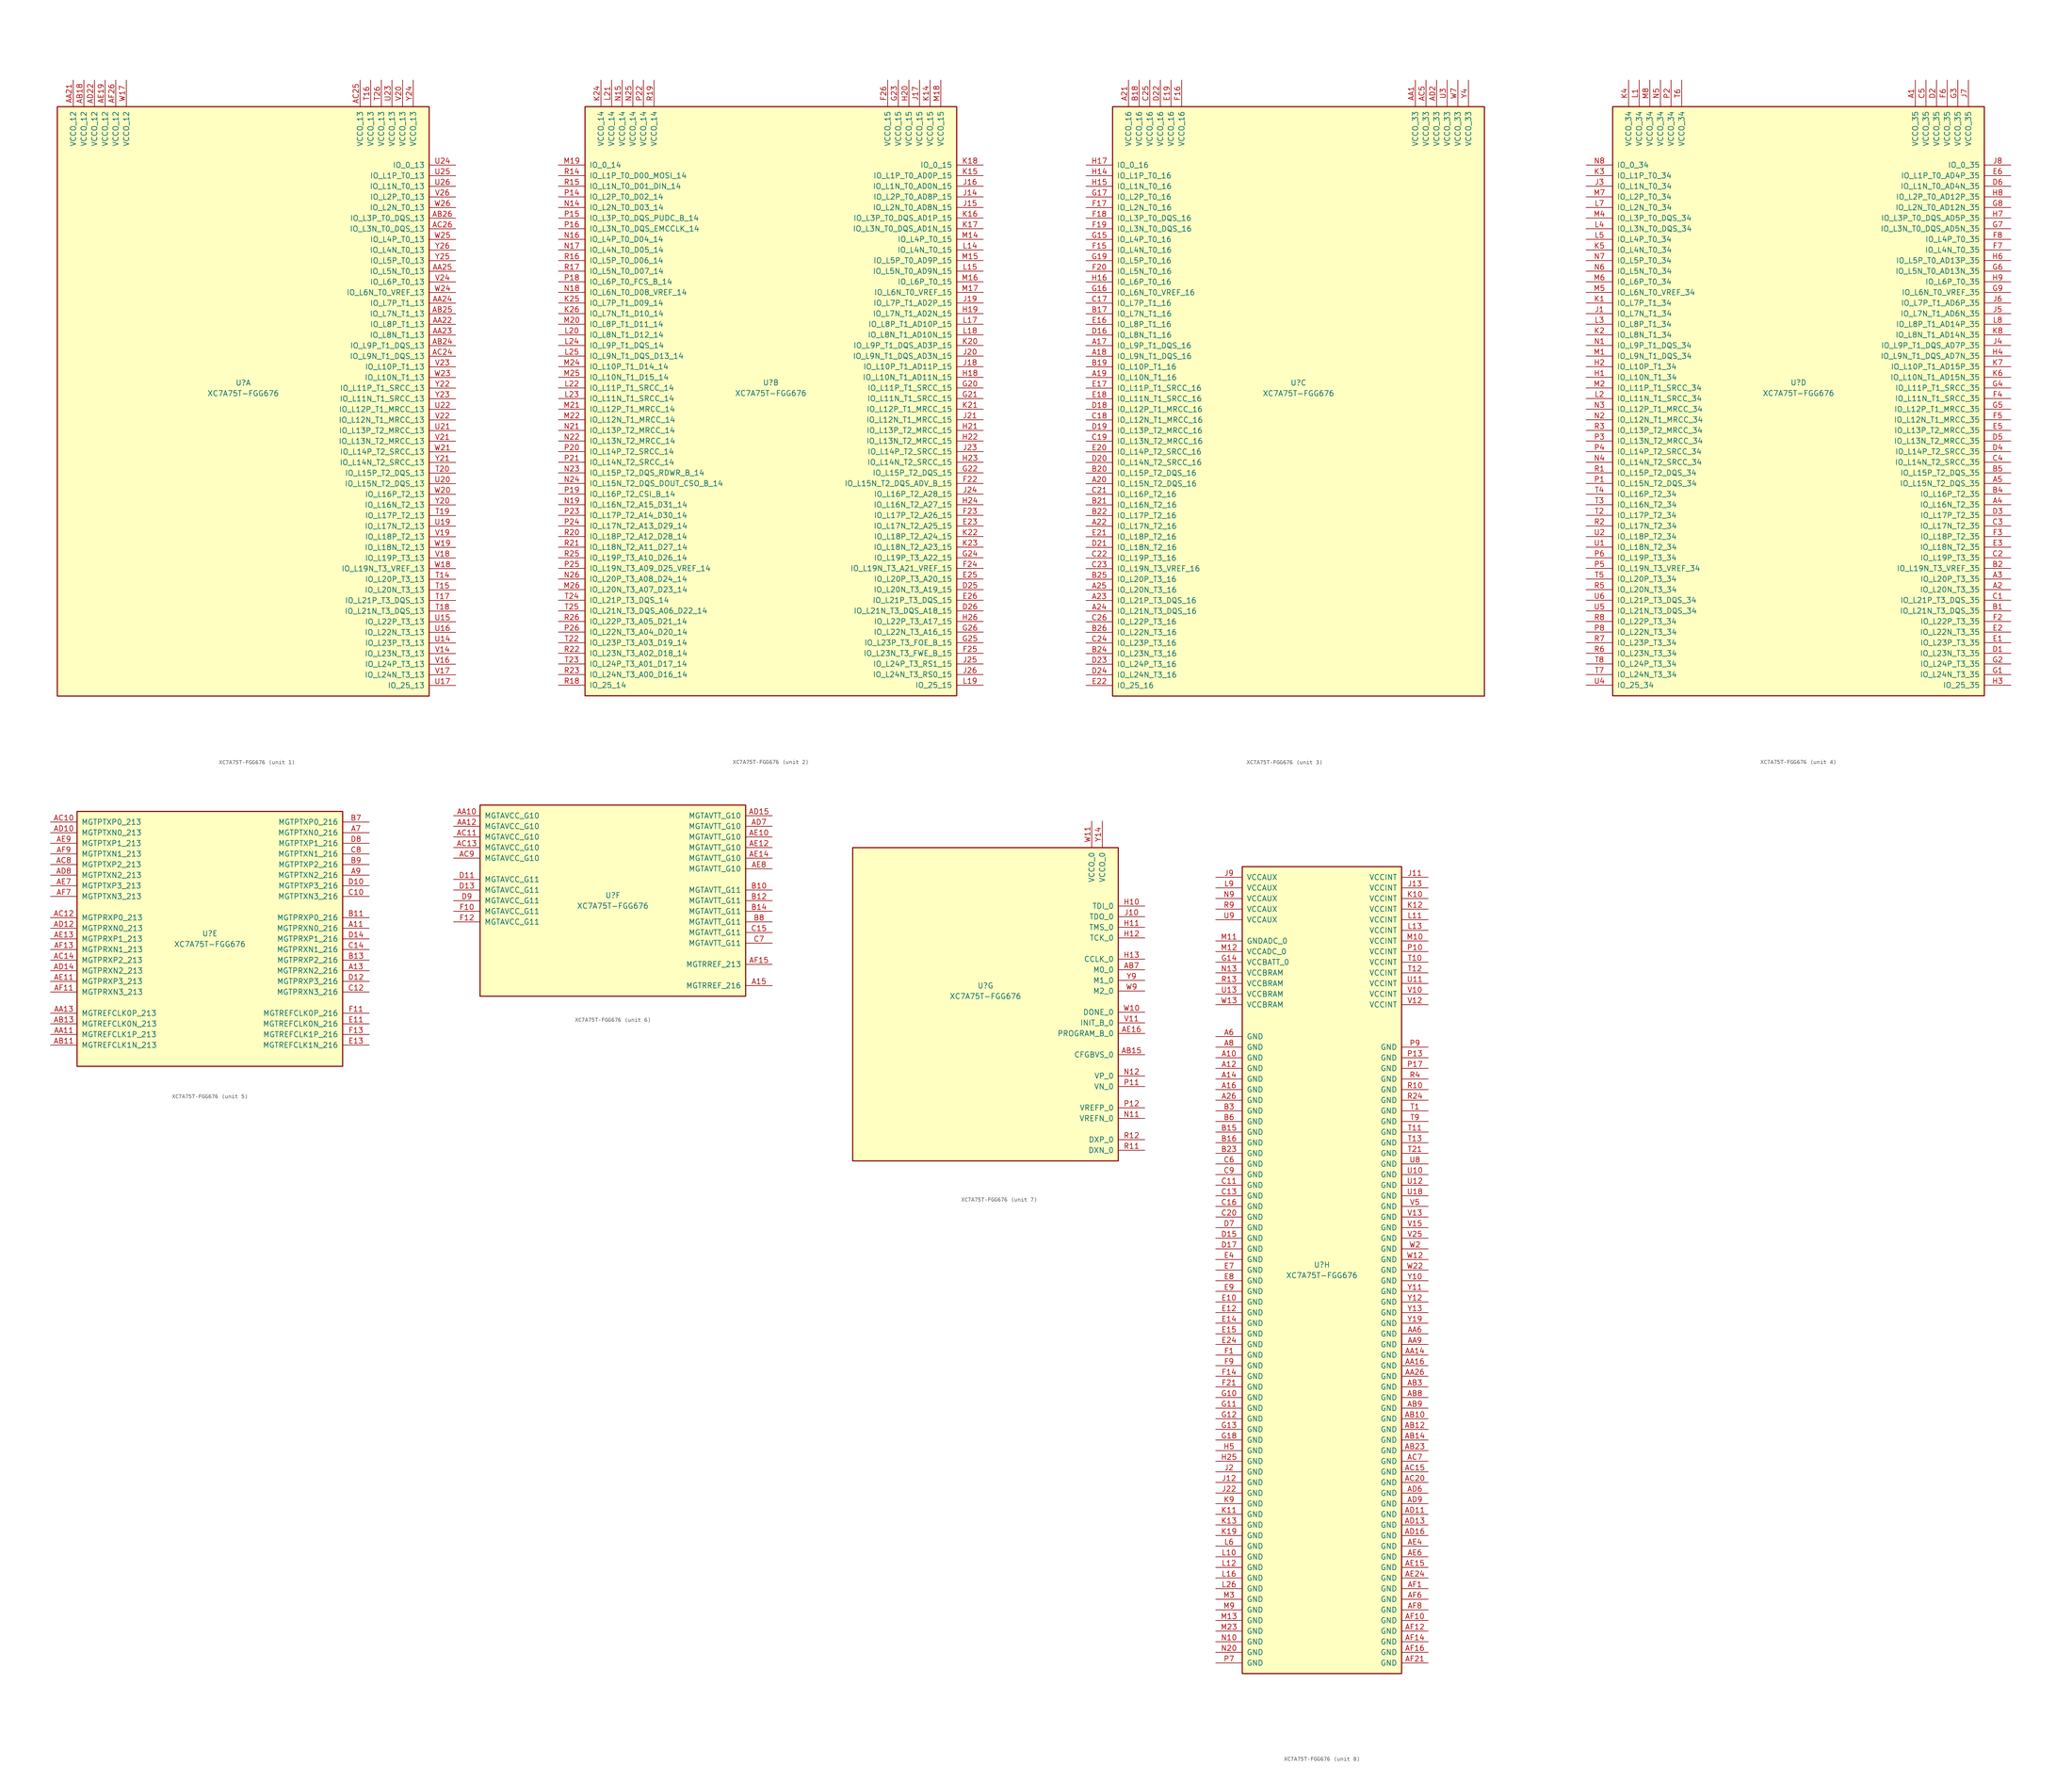
<source format=kicad_sym>
(kicad_symbol_lib
  (version 20241209)
  (generator "kicad_symbol_editor")
  (generator_version "9.0")
  (symbol "XC7A75T-FGG676"
    (pin_names
      (offset 1.016))
    (property "Reference" "U"
      (at 0 1.27 0)
      (effects (font (size 1.27 1.27))))
    (property "Value" "XC7A75T-FGG676"
      (at 0 -1.27 0)
      (effects (font (size 1.27 1.27))))
    (property "Datasheet" ""
      (at 0 0 0)
      (effects (font (size 1.27 1.27))))
    (property "ki_locked" ""
      (at 0 0 0)
      (effects (font (size 1.27 1.27))))
    (symbol "XC7A75T-FGG676_1_1"
      (rectangle (start -44.45 67.31) (end 44.45 -73.66) (stroke (width 0.254) (type default)) (fill (type background)))
      (pin power_in line (at -40.64 73.66 270) (length 6.35) (name "VCCO_12" (effects (font (size 1.27 1.27)))) (number "AA21" (effects (font (size 1.27 1.27)))))
      (pin power_in line (at -38.1 73.66 270) (length 6.35) (name "VCCO_12" (effects (font (size 1.27 1.27)))) (number "AB18" (effects (font (size 1.27 1.27)))))
      (pin power_in line (at -35.56 73.66 270) (length 6.35) (name "VCCO_12" (effects (font (size 1.27 1.27)))) (number "AD22" (effects (font (size 1.27 1.27)))))
      (pin power_in line (at -33.02 73.66 270) (length 6.35) (name "VCCO_12" (effects (font (size 1.27 1.27)))) (number "AE19" (effects (font (size 1.27 1.27)))))
      (pin power_in line (at -30.48 73.66 270) (length 6.35) (name "VCCO_12" (effects (font (size 1.27 1.27)))) (number "AF26" (effects (font (size 1.27 1.27)))))
      (pin power_in line (at -27.94 73.66 270) (length 6.35) (name "VCCO_12" (effects (font (size 1.27 1.27)))) (number "W17" (effects (font (size 1.27 1.27)))))
      (pin power_in line (at 27.94 73.66 270) (length 6.35) (name "VCCO_13" (effects (font (size 1.27 1.27)))) (number "AC25" (effects (font (size 1.27 1.27)))))
      (pin power_in line (at 30.48 73.66 270) (length 6.35) (name "VCCO_13" (effects (font (size 1.27 1.27)))) (number "T16" (effects (font (size 1.27 1.27)))))
      (pin power_in line (at 33.02 73.66 270) (length 6.35) (name "VCCO_13" (effects (font (size 1.27 1.27)))) (number "T26" (effects (font (size 1.27 1.27)))))
      (pin power_in line (at 35.56 73.66 270) (length 6.35) (name "VCCO_13" (effects (font (size 1.27 1.27)))) (number "U23" (effects (font (size 1.27 1.27)))))
      (pin power_in line (at 38.1 73.66 270) (length 6.35) (name "VCCO_13" (effects (font (size 1.27 1.27)))) (number "V20" (effects (font (size 1.27 1.27)))))
      (pin power_in line (at 40.64 73.66 270) (length 6.35) (name "VCCO_13" (effects (font (size 1.27 1.27)))) (number "Y24" (effects (font (size 1.27 1.27)))))
      (pin bidirectional line (at 50.8 53.34 180) (length 6.35) (name "IO_0_13" (effects (font (size 1.27 1.27)))) (number "U24" (effects (font (size 1.27 1.27)))))
      (pin bidirectional line (at 50.8 50.8 180) (length 6.35) (name "IO_L1P_T0_13" (effects (font (size 1.27 1.27)))) (number "U25" (effects (font (size 1.27 1.27)))))
      (pin bidirectional line (at 50.8 48.26 180) (length 6.35) (name "IO_L1N_T0_13" (effects (font (size 1.27 1.27)))) (number "U26" (effects (font (size 1.27 1.27)))))
      (pin bidirectional line (at 50.8 45.72 180) (length 6.35) (name "IO_L2P_T0_13" (effects (font (size 1.27 1.27)))) (number "V26" (effects (font (size 1.27 1.27)))))
      (pin bidirectional line (at 50.8 43.18 180) (length 6.35) (name "IO_L2N_T0_13" (effects (font (size 1.27 1.27)))) (number "W26" (effects (font (size 1.27 1.27)))))
      (pin bidirectional line (at 50.8 40.64 180) (length 6.35) (name "IO_L3P_T0_DQS_13" (effects (font (size 1.27 1.27)))) (number "AB26" (effects (font (size 1.27 1.27)))))
      (pin bidirectional line (at 50.8 38.1 180) (length 6.35) (name "IO_L3N_T0_DQS_13" (effects (font (size 1.27 1.27)))) (number "AC26" (effects (font (size 1.27 1.27)))))
      (pin bidirectional line (at 50.8 35.56 180) (length 6.35) (name "IO_L4P_T0_13" (effects (font (size 1.27 1.27)))) (number "W25" (effects (font (size 1.27 1.27)))))
      (pin bidirectional line (at 50.8 33.02 180) (length 6.35) (name "IO_L4N_T0_13" (effects (font (size 1.27 1.27)))) (number "Y26" (effects (font (size 1.27 1.27)))))
      (pin bidirectional line (at 50.8 30.48 180) (length 6.35) (name "IO_L5P_T0_13" (effects (font (size 1.27 1.27)))) (number "Y25" (effects (font (size 1.27 1.27)))))
      (pin bidirectional line (at 50.8 27.94 180) (length 6.35) (name "IO_L5N_T0_13" (effects (font (size 1.27 1.27)))) (number "AA25" (effects (font (size 1.27 1.27)))))
      (pin bidirectional line (at 50.8 25.4 180) (length 6.35) (name "IO_L6P_T0_13" (effects (font (size 1.27 1.27)))) (number "V24" (effects (font (size 1.27 1.27)))))
      (pin bidirectional line (at 50.8 22.86 180) (length 6.35) (name "IO_L6N_T0_VREF_13" (effects (font (size 1.27 1.27)))) (number "W24" (effects (font (size 1.27 1.27)))))
      (pin bidirectional line (at 50.8 20.32 180) (length 6.35) (name "IO_L7P_T1_13" (effects (font (size 1.27 1.27)))) (number "AA24" (effects (font (size 1.27 1.27)))))
      (pin bidirectional line (at 50.8 17.78 180) (length 6.35) (name "IO_L7N_T1_13" (effects (font (size 1.27 1.27)))) (number "AB25" (effects (font (size 1.27 1.27)))))
      (pin bidirectional line (at 50.8 15.24 180) (length 6.35) (name "IO_L8P_T1_13" (effects (font (size 1.27 1.27)))) (number "AA22" (effects (font (size 1.27 1.27)))))
      (pin bidirectional line (at 50.8 12.7 180) (length 6.35) (name "IO_L8N_T1_13" (effects (font (size 1.27 1.27)))) (number "AA23" (effects (font (size 1.27 1.27)))))
      (pin bidirectional line (at 50.8 10.16 180) (length 6.35) (name "IO_L9P_T1_DQS_13" (effects (font (size 1.27 1.27)))) (number "AB24" (effects (font (size 1.27 1.27)))))
      (pin bidirectional line (at 50.8 7.62 180) (length 6.35) (name "IO_L9N_T1_DQS_13" (effects (font (size 1.27 1.27)))) (number "AC24" (effects (font (size 1.27 1.27)))))
      (pin bidirectional line (at 50.8 5.08 180) (length 6.35) (name "IO_L10P_T1_13" (effects (font (size 1.27 1.27)))) (number "V23" (effects (font (size 1.27 1.27)))))
      (pin bidirectional line (at 50.8 2.54 180) (length 6.35) (name "IO_L10N_T1_13" (effects (font (size 1.27 1.27)))) (number "W23" (effects (font (size 1.27 1.27)))))
      (pin bidirectional line (at 50.8 0 180) (length 6.35) (name "IO_L11P_T1_SRCC_13" (effects (font (size 1.27 1.27)))) (number "Y22" (effects (font (size 1.27 1.27)))))
      (pin bidirectional line (at 50.8 -2.54 180) (length 6.35) (name "IO_L11N_T1_SRCC_13" (effects (font (size 1.27 1.27)))) (number "Y23" (effects (font (size 1.27 1.27)))))
      (pin bidirectional line (at 50.8 -5.08 180) (length 6.35) (name "IO_L12P_T1_MRCC_13" (effects (font (size 1.27 1.27)))) (number "U22" (effects (font (size 1.27 1.27)))))
      (pin bidirectional line (at 50.8 -7.62 180) (length 6.35) (name "IO_L12N_T1_MRCC_13" (effects (font (size 1.27 1.27)))) (number "V22" (effects (font (size 1.27 1.27)))))
      (pin bidirectional line (at 50.8 -10.16 180) (length 6.35) (name "IO_L13P_T2_MRCC_13" (effects (font (size 1.27 1.27)))) (number "U21" (effects (font (size 1.27 1.27)))))
      (pin bidirectional line (at 50.8 -12.7 180) (length 6.35) (name "IO_L13N_T2_MRCC_13" (effects (font (size 1.27 1.27)))) (number "V21" (effects (font (size 1.27 1.27)))))
      (pin bidirectional line (at 50.8 -15.24 180) (length 6.35) (name "IO_L14P_T2_SRCC_13" (effects (font (size 1.27 1.27)))) (number "W21" (effects (font (size 1.27 1.27)))))
      (pin bidirectional line (at 50.8 -17.78 180) (length 6.35) (name "IO_L14N_T2_SRCC_13" (effects (font (size 1.27 1.27)))) (number "Y21" (effects (font (size 1.27 1.27)))))
      (pin bidirectional line (at 50.8 -20.32 180) (length 6.35) (name "IO_L15P_T2_DQS_13" (effects (font (size 1.27 1.27)))) (number "T20" (effects (font (size 1.27 1.27)))))
      (pin bidirectional line (at 50.8 -22.86 180) (length 6.35) (name "IO_L15N_T2_DQS_13" (effects (font (size 1.27 1.27)))) (number "U20" (effects (font (size 1.27 1.27)))))
      (pin bidirectional line (at 50.8 -25.4 180) (length 6.35) (name "IO_L16P_T2_13" (effects (font (size 1.27 1.27)))) (number "W20" (effects (font (size 1.27 1.27)))))
      (pin bidirectional line (at 50.8 -27.94 180) (length 6.35) (name "IO_L16N_T2_13" (effects (font (size 1.27 1.27)))) (number "Y20" (effects (font (size 1.27 1.27)))))
      (pin bidirectional line (at 50.8 -30.48 180) (length 6.35) (name "IO_L17P_T2_13" (effects (font (size 1.27 1.27)))) (number "T19" (effects (font (size 1.27 1.27)))))
      (pin bidirectional line (at 50.8 -33.02 180) (length 6.35) (name "IO_L17N_T2_13" (effects (font (size 1.27 1.27)))) (number "U19" (effects (font (size 1.27 1.27)))))
      (pin bidirectional line (at 50.8 -35.56 180) (length 6.35) (name "IO_L18P_T2_13" (effects (font (size 1.27 1.27)))) (number "V19" (effects (font (size 1.27 1.27)))))
      (pin bidirectional line (at 50.8 -38.1 180) (length 6.35) (name "IO_L18N_T2_13" (effects (font (size 1.27 1.27)))) (number "W19" (effects (font (size 1.27 1.27)))))
      (pin bidirectional line (at 50.8 -40.64 180) (length 6.35) (name "IO_L19P_T3_13" (effects (font (size 1.27 1.27)))) (number "V18" (effects (font (size 1.27 1.27)))))
      (pin bidirectional line (at 50.8 -43.18 180) (length 6.35) (name "IO_L19N_T3_VREF_13" (effects (font (size 1.27 1.27)))) (number "W18" (effects (font (size 1.27 1.27)))))
      (pin bidirectional line (at 50.8 -45.72 180) (length 6.35) (name "IO_L20P_T3_13" (effects (font (size 1.27 1.27)))) (number "T14" (effects (font (size 1.27 1.27)))))
      (pin bidirectional line (at 50.8 -48.26 180) (length 6.35) (name "IO_L20N_T3_13" (effects (font (size 1.27 1.27)))) (number "T15" (effects (font (size 1.27 1.27)))))
      (pin bidirectional line (at 50.8 -50.8 180) (length 6.35) (name "IO_L21P_T3_DQS_13" (effects (font (size 1.27 1.27)))) (number "T17" (effects (font (size 1.27 1.27)))))
      (pin bidirectional line (at 50.8 -53.34 180) (length 6.35) (name "IO_L21N_T3_DQS_13" (effects (font (size 1.27 1.27)))) (number "T18" (effects (font (size 1.27 1.27)))))
      (pin bidirectional line (at 50.8 -55.88 180) (length 6.35) (name "IO_L22P_T3_13" (effects (font (size 1.27 1.27)))) (number "U15" (effects (font (size 1.27 1.27)))))
      (pin bidirectional line (at 50.8 -58.42 180) (length 6.35) (name "IO_L22N_T3_13" (effects (font (size 1.27 1.27)))) (number "U16" (effects (font (size 1.27 1.27)))))
      (pin bidirectional line (at 50.8 -60.96 180) (length 6.35) (name "IO_L23P_T3_13" (effects (font (size 1.27 1.27)))) (number "U14" (effects (font (size 1.27 1.27)))))
      (pin bidirectional line (at 50.8 -63.5 180) (length 6.35) (name "IO_L23N_T3_13" (effects (font (size 1.27 1.27)))) (number "V14" (effects (font (size 1.27 1.27)))))
      (pin bidirectional line (at 50.8 -66.04 180) (length 6.35) (name "IO_L24P_T3_13" (effects (font (size 1.27 1.27)))) (number "V16" (effects (font (size 1.27 1.27)))))
      (pin bidirectional line (at 50.8 -68.58 180) (length 6.35) (name "IO_L24N_T3_13" (effects (font (size 1.27 1.27)))) (number "V17" (effects (font (size 1.27 1.27)))))
      (pin bidirectional line (at 50.8 -71.12 180) (length 6.35) (name "IO_25_13" (effects (font (size 1.27 1.27)))) (number "U17" (effects (font (size 1.27 1.27))))))
    (symbol "XC7A75T-FGG676_2_1"
      (rectangle (start -44.45 67.31) (end 44.45 -73.66) (stroke (width 0.254) (type default)) (fill (type background)))
      (pin bidirectional line (at -50.8 53.34 0) (length 6.35) (name "IO_0_14" (effects (font (size 1.27 1.27)))) (number "M19" (effects (font (size 1.27 1.27)))))
      (pin bidirectional line (at -50.8 50.8 0) (length 6.35) (name "IO_L1P_T0_D00_MOSI_14" (effects (font (size 1.27 1.27)))) (number "R14" (effects (font (size 1.27 1.27)))))
      (pin bidirectional line (at -50.8 48.26 0) (length 6.35) (name "IO_L1N_T0_D01_DIN_14" (effects (font (size 1.27 1.27)))) (number "R15" (effects (font (size 1.27 1.27)))))
      (pin bidirectional line (at -50.8 45.72 0) (length 6.35) (name "IO_L2P_T0_D02_14" (effects (font (size 1.27 1.27)))) (number "P14" (effects (font (size 1.27 1.27)))))
      (pin bidirectional line (at -50.8 43.18 0) (length 6.35) (name "IO_L2N_T0_D03_14" (effects (font (size 1.27 1.27)))) (number "N14" (effects (font (size 1.27 1.27)))))
      (pin bidirectional line (at -50.8 40.64 0) (length 6.35) (name "IO_L3P_T0_DQS_PUDC_B_14" (effects (font (size 1.27 1.27)))) (number "P15" (effects (font (size 1.27 1.27)))))
      (pin bidirectional line (at -50.8 38.1 0) (length 6.35) (name "IO_L3N_T0_DQS_EMCCLK_14" (effects (font (size 1.27 1.27)))) (number "P16" (effects (font (size 1.27 1.27)))))
      (pin bidirectional line (at -50.8 35.56 0) (length 6.35) (name "IO_L4P_T0_D04_14" (effects (font (size 1.27 1.27)))) (number "N16" (effects (font (size 1.27 1.27)))))
      (pin bidirectional line (at -50.8 33.02 0) (length 6.35) (name "IO_L4N_T0_D05_14" (effects (font (size 1.27 1.27)))) (number "N17" (effects (font (size 1.27 1.27)))))
      (pin bidirectional line (at -50.8 30.48 0) (length 6.35) (name "IO_L5P_T0_D06_14" (effects (font (size 1.27 1.27)))) (number "R16" (effects (font (size 1.27 1.27)))))
      (pin bidirectional line (at -50.8 27.94 0) (length 6.35) (name "IO_L5N_T0_D07_14" (effects (font (size 1.27 1.27)))) (number "R17" (effects (font (size 1.27 1.27)))))
      (pin bidirectional line (at -50.8 25.4 0) (length 6.35) (name "IO_L6P_T0_FCS_B_14" (effects (font (size 1.27 1.27)))) (number "P18" (effects (font (size 1.27 1.27)))))
      (pin bidirectional line (at -50.8 22.86 0) (length 6.35) (name "IO_L6N_T0_D08_VREF_14" (effects (font (size 1.27 1.27)))) (number "N18" (effects (font (size 1.27 1.27)))))
      (pin bidirectional line (at -50.8 20.32 0) (length 6.35) (name "IO_L7P_T1_D09_14" (effects (font (size 1.27 1.27)))) (number "K25" (effects (font (size 1.27 1.27)))))
      (pin bidirectional line (at -50.8 17.78 0) (length 6.35) (name "IO_L7N_T1_D10_14" (effects (font (size 1.27 1.27)))) (number "K26" (effects (font (size 1.27 1.27)))))
      (pin bidirectional line (at -50.8 15.24 0) (length 6.35) (name "IO_L8P_T1_D11_14" (effects (font (size 1.27 1.27)))) (number "M20" (effects (font (size 1.27 1.27)))))
      (pin bidirectional line (at -50.8 12.7 0) (length 6.35) (name "IO_L8N_T1_D12_14" (effects (font (size 1.27 1.27)))) (number "L20" (effects (font (size 1.27 1.27)))))
      (pin bidirectional line (at -50.8 10.16 0) (length 6.35) (name "IO_L9P_T1_DQS_14" (effects (font (size 1.27 1.27)))) (number "L24" (effects (font (size 1.27 1.27)))))
      (pin bidirectional line (at -50.8 7.62 0) (length 6.35) (name "IO_L9N_T1_DQS_D13_14" (effects (font (size 1.27 1.27)))) (number "L25" (effects (font (size 1.27 1.27)))))
      (pin bidirectional line (at -50.8 5.08 0) (length 6.35) (name "IO_L10P_T1_D14_14" (effects (font (size 1.27 1.27)))) (number "M24" (effects (font (size 1.27 1.27)))))
      (pin bidirectional line (at -50.8 2.54 0) (length 6.35) (name "IO_L10N_T1_D15_14" (effects (font (size 1.27 1.27)))) (number "M25" (effects (font (size 1.27 1.27)))))
      (pin bidirectional line (at -50.8 0 0) (length 6.35) (name "IO_L11P_T1_SRCC_14" (effects (font (size 1.27 1.27)))) (number "L22" (effects (font (size 1.27 1.27)))))
      (pin bidirectional line (at -50.8 -2.54 0) (length 6.35) (name "IO_L11N_T1_SRCC_14" (effects (font (size 1.27 1.27)))) (number "L23" (effects (font (size 1.27 1.27)))))
      (pin bidirectional line (at -50.8 -5.08 0) (length 6.35) (name "IO_L12P_T1_MRCC_14" (effects (font (size 1.27 1.27)))) (number "M21" (effects (font (size 1.27 1.27)))))
      (pin bidirectional line (at -50.8 -7.62 0) (length 6.35) (name "IO_L12N_T1_MRCC_14" (effects (font (size 1.27 1.27)))) (number "M22" (effects (font (size 1.27 1.27)))))
      (pin bidirectional line (at -50.8 -10.16 0) (length 6.35) (name "IO_L13P_T2_MRCC_14" (effects (font (size 1.27 1.27)))) (number "N21" (effects (font (size 1.27 1.27)))))
      (pin bidirectional line (at -50.8 -12.7 0) (length 6.35) (name "IO_L13N_T2_MRCC_14" (effects (font (size 1.27 1.27)))) (number "N22" (effects (font (size 1.27 1.27)))))
      (pin bidirectional line (at -50.8 -15.24 0) (length 6.35) (name "IO_L14P_T2_SRCC_14" (effects (font (size 1.27 1.27)))) (number "P20" (effects (font (size 1.27 1.27)))))
      (pin bidirectional line (at -50.8 -17.78 0) (length 6.35) (name "IO_L14N_T2_SRCC_14" (effects (font (size 1.27 1.27)))) (number "P21" (effects (font (size 1.27 1.27)))))
      (pin bidirectional line (at -50.8 -20.32 0) (length 6.35) (name "IO_L15P_T2_DQS_RDWR_B_14" (effects (font (size 1.27 1.27)))) (number "N23" (effects (font (size 1.27 1.27)))))
      (pin bidirectional line (at -50.8 -22.86 0) (length 6.35) (name "IO_L15N_T2_DQS_DOUT_CSO_B_14" (effects (font (size 1.27 1.27)))) (number "N24" (effects (font (size 1.27 1.27)))))
      (pin bidirectional line (at -50.8 -25.4 0) (length 6.35) (name "IO_L16P_T2_CSI_B_14" (effects (font (size 1.27 1.27)))) (number "P19" (effects (font (size 1.27 1.27)))))
      (pin bidirectional line (at -50.8 -27.94 0) (length 6.35) (name "IO_L16N_T2_A15_D31_14" (effects (font (size 1.27 1.27)))) (number "N19" (effects (font (size 1.27 1.27)))))
      (pin bidirectional line (at -50.8 -30.48 0) (length 6.35) (name "IO_L17P_T2_A14_D30_14" (effects (font (size 1.27 1.27)))) (number "P23" (effects (font (size 1.27 1.27)))))
      (pin bidirectional line (at -50.8 -33.02 0) (length 6.35) (name "IO_L17N_T2_A13_D29_14" (effects (font (size 1.27 1.27)))) (number "P24" (effects (font (size 1.27 1.27)))))
      (pin bidirectional line (at -50.8 -35.56 0) (length 6.35) (name "IO_L18P_T2_A12_D28_14" (effects (font (size 1.27 1.27)))) (number "R20" (effects (font (size 1.27 1.27)))))
      (pin bidirectional line (at -50.8 -38.1 0) (length 6.35) (name "IO_L18N_T2_A11_D27_14" (effects (font (size 1.27 1.27)))) (number "R21" (effects (font (size 1.27 1.27)))))
      (pin bidirectional line (at -50.8 -40.64 0) (length 6.35) (name "IO_L19P_T3_A10_D26_14" (effects (font (size 1.27 1.27)))) (number "R25" (effects (font (size 1.27 1.27)))))
      (pin bidirectional line (at -50.8 -43.18 0) (length 6.35) (name "IO_L19N_T3_A09_D25_VREF_14" (effects (font (size 1.27 1.27)))) (number "P25" (effects (font (size 1.27 1.27)))))
      (pin bidirectional line (at -50.8 -45.72 0) (length 6.35) (name "IO_L20P_T3_A08_D24_14" (effects (font (size 1.27 1.27)))) (number "N26" (effects (font (size 1.27 1.27)))))
      (pin bidirectional line (at -50.8 -48.26 0) (length 6.35) (name "IO_L20N_T3_A07_D23_14" (effects (font (size 1.27 1.27)))) (number "M26" (effects (font (size 1.27 1.27)))))
      (pin bidirectional line (at -50.8 -50.8 0) (length 6.35) (name "IO_L21P_T3_DQS_14" (effects (font (size 1.27 1.27)))) (number "T24" (effects (font (size 1.27 1.27)))))
      (pin bidirectional line (at -50.8 -53.34 0) (length 6.35) (name "IO_L21N_T3_DQS_A06_D22_14" (effects (font (size 1.27 1.27)))) (number "T25" (effects (font (size 1.27 1.27)))))
      (pin bidirectional line (at -50.8 -55.88 0) (length 6.35) (name "IO_L22P_T3_A05_D21_14" (effects (font (size 1.27 1.27)))) (number "R26" (effects (font (size 1.27 1.27)))))
      (pin bidirectional line (at -50.8 -58.42 0) (length 6.35) (name "IO_L22N_T3_A04_D20_14" (effects (font (size 1.27 1.27)))) (number "P26" (effects (font (size 1.27 1.27)))))
      (pin bidirectional line (at -50.8 -60.96 0) (length 6.35) (name "IO_L23P_T3_A03_D19_14" (effects (font (size 1.27 1.27)))) (number "T22" (effects (font (size 1.27 1.27)))))
      (pin bidirectional line (at -50.8 -63.5 0) (length 6.35) (name "IO_L23N_T3_A02_D18_14" (effects (font (size 1.27 1.27)))) (number "R22" (effects (font (size 1.27 1.27)))))
      (pin bidirectional line (at -50.8 -66.04 0) (length 6.35) (name "IO_L24P_T3_A01_D17_14" (effects (font (size 1.27 1.27)))) (number "T23" (effects (font (size 1.27 1.27)))))
      (pin bidirectional line (at -50.8 -68.58 0) (length 6.35) (name "IO_L24N_T3_A00_D16_14" (effects (font (size 1.27 1.27)))) (number "R23" (effects (font (size 1.27 1.27)))))
      (pin bidirectional line (at -50.8 -71.12 0) (length 6.35) (name "IO_25_14" (effects (font (size 1.27 1.27)))) (number "R18" (effects (font (size 1.27 1.27)))))
      (pin power_in line (at -40.64 73.66 270) (length 6.35) (name "VCCO_14" (effects (font (size 1.27 1.27)))) (number "K24" (effects (font (size 1.27 1.27)))))
      (pin power_in line (at -38.1 73.66 270) (length 6.35) (name "VCCO_14" (effects (font (size 1.27 1.27)))) (number "L21" (effects (font (size 1.27 1.27)))))
      (pin power_in line (at -35.56 73.66 270) (length 6.35) (name "VCCO_14" (effects (font (size 1.27 1.27)))) (number "N15" (effects (font (size 1.27 1.27)))))
      (pin power_in line (at -33.02 73.66 270) (length 6.35) (name "VCCO_14" (effects (font (size 1.27 1.27)))) (number "N25" (effects (font (size 1.27 1.27)))))
      (pin power_in line (at -30.48 73.66 270) (length 6.35) (name "VCCO_14" (effects (font (size 1.27 1.27)))) (number "P22" (effects (font (size 1.27 1.27)))))
      (pin power_in line (at -27.94 73.66 270) (length 6.35) (name "VCCO_14" (effects (font (size 1.27 1.27)))) (number "R19" (effects (font (size 1.27 1.27)))))
      (pin power_in line (at 27.94 73.66 270) (length 6.35) (name "VCCO_15" (effects (font (size 1.27 1.27)))) (number "F26" (effects (font (size 1.27 1.27)))))
      (pin power_in line (at 30.48 73.66 270) (length 6.35) (name "VCCO_15" (effects (font (size 1.27 1.27)))) (number "G23" (effects (font (size 1.27 1.27)))))
      (pin power_in line (at 33.02 73.66 270) (length 6.35) (name "VCCO_15" (effects (font (size 1.27 1.27)))) (number "H20" (effects (font (size 1.27 1.27)))))
      (pin power_in line (at 35.56 73.66 270) (length 6.35) (name "VCCO_15" (effects (font (size 1.27 1.27)))) (number "J17" (effects (font (size 1.27 1.27)))))
      (pin power_in line (at 38.1 73.66 270) (length 6.35) (name "VCCO_15" (effects (font (size 1.27 1.27)))) (number "K14" (effects (font (size 1.27 1.27)))))
      (pin power_in line (at 40.64 73.66 270) (length 6.35) (name "VCCO_15" (effects (font (size 1.27 1.27)))) (number "M18" (effects (font (size 1.27 1.27)))))
      (pin bidirectional line (at 50.8 53.34 180) (length 6.35) (name "IO_0_15" (effects (font (size 1.27 1.27)))) (number "K18" (effects (font (size 1.27 1.27)))))
      (pin bidirectional line (at 50.8 50.8 180) (length 6.35) (name "IO_L1P_T0_AD0P_15" (effects (font (size 1.27 1.27)))) (number "K15" (effects (font (size 1.27 1.27)))))
      (pin bidirectional line (at 50.8 48.26 180) (length 6.35) (name "IO_L1N_T0_AD0N_15" (effects (font (size 1.27 1.27)))) (number "J16" (effects (font (size 1.27 1.27)))))
      (pin bidirectional line (at 50.8 45.72 180) (length 6.35) (name "IO_L2P_T0_AD8P_15" (effects (font (size 1.27 1.27)))) (number "J14" (effects (font (size 1.27 1.27)))))
      (pin bidirectional line (at 50.8 43.18 180) (length 6.35) (name "IO_L2N_T0_AD8N_15" (effects (font (size 1.27 1.27)))) (number "J15" (effects (font (size 1.27 1.27)))))
      (pin bidirectional line (at 50.8 40.64 180) (length 6.35) (name "IO_L3P_T0_DQS_AD1P_15" (effects (font (size 1.27 1.27)))) (number "K16" (effects (font (size 1.27 1.27)))))
      (pin bidirectional line (at 50.8 38.1 180) (length 6.35) (name "IO_L3N_T0_DQS_AD1N_15" (effects (font (size 1.27 1.27)))) (number "K17" (effects (font (size 1.27 1.27)))))
      (pin bidirectional line (at 50.8 35.56 180) (length 6.35) (name "IO_L4P_T0_15" (effects (font (size 1.27 1.27)))) (number "M14" (effects (font (size 1.27 1.27)))))
      (pin bidirectional line (at 50.8 33.02 180) (length 6.35) (name "IO_L4N_T0_15" (effects (font (size 1.27 1.27)))) (number "L14" (effects (font (size 1.27 1.27)))))
      (pin bidirectional line (at 50.8 30.48 180) (length 6.35) (name "IO_L5P_T0_AD9P_15" (effects (font (size 1.27 1.27)))) (number "M15" (effects (font (size 1.27 1.27)))))
      (pin bidirectional line (at 50.8 27.94 180) (length 6.35) (name "IO_L5N_T0_AD9N_15" (effects (font (size 1.27 1.27)))) (number "L15" (effects (font (size 1.27 1.27)))))
      (pin bidirectional line (at 50.8 25.4 180) (length 6.35) (name "IO_L6P_T0_15" (effects (font (size 1.27 1.27)))) (number "M16" (effects (font (size 1.27 1.27)))))
      (pin bidirectional line (at 50.8 22.86 180) (length 6.35) (name "IO_L6N_T0_VREF_15" (effects (font (size 1.27 1.27)))) (number "M17" (effects (font (size 1.27 1.27)))))
      (pin bidirectional line (at 50.8 20.32 180) (length 6.35) (name "IO_L7P_T1_AD2P_15" (effects (font (size 1.27 1.27)))) (number "J19" (effects (font (size 1.27 1.27)))))
      (pin bidirectional line (at 50.8 17.78 180) (length 6.35) (name "IO_L7N_T1_AD2N_15" (effects (font (size 1.27 1.27)))) (number "H19" (effects (font (size 1.27 1.27)))))
      (pin bidirectional line (at 50.8 15.24 180) (length 6.35) (name "IO_L8P_T1_AD10P_15" (effects (font (size 1.27 1.27)))) (number "L17" (effects (font (size 1.27 1.27)))))
      (pin bidirectional line (at 50.8 12.7 180) (length 6.35) (name "IO_L8N_T1_AD10N_15" (effects (font (size 1.27 1.27)))) (number "L18" (effects (font (size 1.27 1.27)))))
      (pin bidirectional line (at 50.8 10.16 180) (length 6.35) (name "IO_L9P_T1_DQS_AD3P_15" (effects (font (size 1.27 1.27)))) (number "K20" (effects (font (size 1.27 1.27)))))
      (pin bidirectional line (at 50.8 7.62 180) (length 6.35) (name "IO_L9N_T1_DQS_AD3N_15" (effects (font (size 1.27 1.27)))) (number "J20" (effects (font (size 1.27 1.27)))))
      (pin bidirectional line (at 50.8 5.08 180) (length 6.35) (name "IO_L10P_T1_AD11P_15" (effects (font (size 1.27 1.27)))) (number "J18" (effects (font (size 1.27 1.27)))))
      (pin bidirectional line (at 50.8 2.54 180) (length 6.35) (name "IO_L10N_T1_AD11N_15" (effects (font (size 1.27 1.27)))) (number "H18" (effects (font (size 1.27 1.27)))))
      (pin bidirectional line (at 50.8 0 180) (length 6.35) (name "IO_L11P_T1_SRCC_15" (effects (font (size 1.27 1.27)))) (number "G20" (effects (font (size 1.27 1.27)))))
      (pin bidirectional line (at 50.8 -2.54 180) (length 6.35) (name "IO_L11N_T1_SRCC_15" (effects (font (size 1.27 1.27)))) (number "G21" (effects (font (size 1.27 1.27)))))
      (pin bidirectional line (at 50.8 -5.08 180) (length 6.35) (name "IO_L12P_T1_MRCC_15" (effects (font (size 1.27 1.27)))) (number "K21" (effects (font (size 1.27 1.27)))))
      (pin bidirectional line (at 50.8 -7.62 180) (length 6.35) (name "IO_L12N_T1_MRCC_15" (effects (font (size 1.27 1.27)))) (number "J21" (effects (font (size 1.27 1.27)))))
      (pin bidirectional line (at 50.8 -10.16 180) (length 6.35) (name "IO_L13P_T2_MRCC_15" (effects (font (size 1.27 1.27)))) (number "H21" (effects (font (size 1.27 1.27)))))
      (pin bidirectional line (at 50.8 -12.7 180) (length 6.35) (name "IO_L13N_T2_MRCC_15" (effects (font (size 1.27 1.27)))) (number "H22" (effects (font (size 1.27 1.27)))))
      (pin bidirectional line (at 50.8 -15.24 180) (length 6.35) (name "IO_L14P_T2_SRCC_15" (effects (font (size 1.27 1.27)))) (number "J23" (effects (font (size 1.27 1.27)))))
      (pin bidirectional line (at 50.8 -17.78 180) (length 6.35) (name "IO_L14N_T2_SRCC_15" (effects (font (size 1.27 1.27)))) (number "H23" (effects (font (size 1.27 1.27)))))
      (pin bidirectional line (at 50.8 -20.32 180) (length 6.35) (name "IO_L15P_T2_DQS_15" (effects (font (size 1.27 1.27)))) (number "G22" (effects (font (size 1.27 1.27)))))
      (pin bidirectional line (at 50.8 -22.86 180) (length 6.35) (name "IO_L15N_T2_DQS_ADV_B_15" (effects (font (size 1.27 1.27)))) (number "F22" (effects (font (size 1.27 1.27)))))
      (pin bidirectional line (at 50.8 -25.4 180) (length 6.35) (name "IO_L16P_T2_A28_15" (effects (font (size 1.27 1.27)))) (number "J24" (effects (font (size 1.27 1.27)))))
      (pin bidirectional line (at 50.8 -27.94 180) (length 6.35) (name "IO_L16N_T2_A27_15" (effects (font (size 1.27 1.27)))) (number "H24" (effects (font (size 1.27 1.27)))))
      (pin bidirectional line (at 50.8 -30.48 180) (length 6.35) (name "IO_L17P_T2_A26_15" (effects (font (size 1.27 1.27)))) (number "F23" (effects (font (size 1.27 1.27)))))
      (pin bidirectional line (at 50.8 -33.02 180) (length 6.35) (name "IO_L17N_T2_A25_15" (effects (font (size 1.27 1.27)))) (number "E23" (effects (font (size 1.27 1.27)))))
      (pin bidirectional line (at 50.8 -35.56 180) (length 6.35) (name "IO_L18P_T2_A24_15" (effects (font (size 1.27 1.27)))) (number "K22" (effects (font (size 1.27 1.27)))))
      (pin bidirectional line (at 50.8 -38.1 180) (length 6.35) (name "IO_L18N_T2_A23_15" (effects (font (size 1.27 1.27)))) (number "K23" (effects (font (size 1.27 1.27)))))
      (pin bidirectional line (at 50.8 -40.64 180) (length 6.35) (name "IO_L19P_T3_A22_15" (effects (font (size 1.27 1.27)))) (number "G24" (effects (font (size 1.27 1.27)))))
      (pin bidirectional line (at 50.8 -43.18 180) (length 6.35) (name "IO_L19N_T3_A21_VREF_15" (effects (font (size 1.27 1.27)))) (number "F24" (effects (font (size 1.27 1.27)))))
      (pin bidirectional line (at 50.8 -45.72 180) (length 6.35) (name "IO_L20P_T3_A20_15" (effects (font (size 1.27 1.27)))) (number "E25" (effects (font (size 1.27 1.27)))))
      (pin bidirectional line (at 50.8 -48.26 180) (length 6.35) (name "IO_L20N_T3_A19_15" (effects (font (size 1.27 1.27)))) (number "D25" (effects (font (size 1.27 1.27)))))
      (pin bidirectional line (at 50.8 -50.8 180) (length 6.35) (name "IO_L21P_T3_DQS_15" (effects (font (size 1.27 1.27)))) (number "E26" (effects (font (size 1.27 1.27)))))
      (pin bidirectional line (at 50.8 -53.34 180) (length 6.35) (name "IO_L21N_T3_DQS_A18_15" (effects (font (size 1.27 1.27)))) (number "D26" (effects (font (size 1.27 1.27)))))
      (pin bidirectional line (at 50.8 -55.88 180) (length 6.35) (name "IO_L22P_T3_A17_15" (effects (font (size 1.27 1.27)))) (number "H26" (effects (font (size 1.27 1.27)))))
      (pin bidirectional line (at 50.8 -58.42 180) (length 6.35) (name "IO_L22N_T3_A16_15" (effects (font (size 1.27 1.27)))) (number "G26" (effects (font (size 1.27 1.27)))))
      (pin bidirectional line (at 50.8 -60.96 180) (length 6.35) (name "IO_L23P_T3_FOE_B_15" (effects (font (size 1.27 1.27)))) (number "G25" (effects (font (size 1.27 1.27)))))
      (pin bidirectional line (at 50.8 -63.5 180) (length 6.35) (name "IO_L23N_T3_FWE_B_15" (effects (font (size 1.27 1.27)))) (number "F25" (effects (font (size 1.27 1.27)))))
      (pin bidirectional line (at 50.8 -66.04 180) (length 6.35) (name "IO_L24P_T3_RS1_15" (effects (font (size 1.27 1.27)))) (number "J25" (effects (font (size 1.27 1.27)))))
      (pin bidirectional line (at 50.8 -68.58 180) (length 6.35) (name "IO_L24N_T3_RS0_15" (effects (font (size 1.27 1.27)))) (number "J26" (effects (font (size 1.27 1.27)))))
      (pin bidirectional line (at 50.8 -71.12 180) (length 6.35) (name "IO_25_15" (effects (font (size 1.27 1.27)))) (number "L19" (effects (font (size 1.27 1.27))))))
    (symbol "XC7A75T-FGG676_3_1"
      (rectangle (start -44.45 67.31) (end 44.45 -73.66) (stroke (width 0.254) (type default)) (fill (type background)))
      (pin bidirectional line (at -50.8 53.34 0) (length 6.35) (name "IO_0_16" (effects (font (size 1.27 1.27)))) (number "H17" (effects (font (size 1.27 1.27)))))
      (pin bidirectional line (at -50.8 50.8 0) (length 6.35) (name "IO_L1P_T0_16" (effects (font (size 1.27 1.27)))) (number "H14" (effects (font (size 1.27 1.27)))))
      (pin bidirectional line (at -50.8 48.26 0) (length 6.35) (name "IO_L1N_T0_16" (effects (font (size 1.27 1.27)))) (number "H15" (effects (font (size 1.27 1.27)))))
      (pin bidirectional line (at -50.8 45.72 0) (length 6.35) (name "IO_L2P_T0_16" (effects (font (size 1.27 1.27)))) (number "G17" (effects (font (size 1.27 1.27)))))
      (pin bidirectional line (at -50.8 43.18 0) (length 6.35) (name "IO_L2N_T0_16" (effects (font (size 1.27 1.27)))) (number "F17" (effects (font (size 1.27 1.27)))))
      (pin bidirectional line (at -50.8 40.64 0) (length 6.35) (name "IO_L3P_T0_DQS_16" (effects (font (size 1.27 1.27)))) (number "F18" (effects (font (size 1.27 1.27)))))
      (pin bidirectional line (at -50.8 38.1 0) (length 6.35) (name "IO_L3N_T0_DQS_16" (effects (font (size 1.27 1.27)))) (number "F19" (effects (font (size 1.27 1.27)))))
      (pin bidirectional line (at -50.8 35.56 0) (length 6.35) (name "IO_L4P_T0_16" (effects (font (size 1.27 1.27)))) (number "G15" (effects (font (size 1.27 1.27)))))
      (pin bidirectional line (at -50.8 33.02 0) (length 6.35) (name "IO_L4N_T0_16" (effects (font (size 1.27 1.27)))) (number "F15" (effects (font (size 1.27 1.27)))))
      (pin bidirectional line (at -50.8 30.48 0) (length 6.35) (name "IO_L5P_T0_16" (effects (font (size 1.27 1.27)))) (number "G19" (effects (font (size 1.27 1.27)))))
      (pin bidirectional line (at -50.8 27.94 0) (length 6.35) (name "IO_L5N_T0_16" (effects (font (size 1.27 1.27)))) (number "F20" (effects (font (size 1.27 1.27)))))
      (pin bidirectional line (at -50.8 25.4 0) (length 6.35) (name "IO_L6P_T0_16" (effects (font (size 1.27 1.27)))) (number "H16" (effects (font (size 1.27 1.27)))))
      (pin bidirectional line (at -50.8 22.86 0) (length 6.35) (name "IO_L6N_T0_VREF_16" (effects (font (size 1.27 1.27)))) (number "G16" (effects (font (size 1.27 1.27)))))
      (pin bidirectional line (at -50.8 20.32 0) (length 6.35) (name "IO_L7P_T1_16" (effects (font (size 1.27 1.27)))) (number "C17" (effects (font (size 1.27 1.27)))))
      (pin bidirectional line (at -50.8 17.78 0) (length 6.35) (name "IO_L7N_T1_16" (effects (font (size 1.27 1.27)))) (number "B17" (effects (font (size 1.27 1.27)))))
      (pin bidirectional line (at -50.8 15.24 0) (length 6.35) (name "IO_L8P_T1_16" (effects (font (size 1.27 1.27)))) (number "E16" (effects (font (size 1.27 1.27)))))
      (pin bidirectional line (at -50.8 12.7 0) (length 6.35) (name "IO_L8N_T1_16" (effects (font (size 1.27 1.27)))) (number "D16" (effects (font (size 1.27 1.27)))))
      (pin bidirectional line (at -50.8 10.16 0) (length 6.35) (name "IO_L9P_T1_DQS_16" (effects (font (size 1.27 1.27)))) (number "A17" (effects (font (size 1.27 1.27)))))
      (pin bidirectional line (at -50.8 7.62 0) (length 6.35) (name "IO_L9N_T1_DQS_16" (effects (font (size 1.27 1.27)))) (number "A18" (effects (font (size 1.27 1.27)))))
      (pin bidirectional line (at -50.8 5.08 0) (length 6.35) (name "IO_L10P_T1_16" (effects (font (size 1.27 1.27)))) (number "B19" (effects (font (size 1.27 1.27)))))
      (pin bidirectional line (at -50.8 2.54 0) (length 6.35) (name "IO_L10N_T1_16" (effects (font (size 1.27 1.27)))) (number "A19" (effects (font (size 1.27 1.27)))))
      (pin bidirectional line (at -50.8 0 0) (length 6.35) (name "IO_L11P_T1_SRCC_16" (effects (font (size 1.27 1.27)))) (number "E17" (effects (font (size 1.27 1.27)))))
      (pin bidirectional line (at -50.8 -2.54 0) (length 6.35) (name "IO_L11N_T1_SRCC_16" (effects (font (size 1.27 1.27)))) (number "E18" (effects (font (size 1.27 1.27)))))
      (pin bidirectional line (at -50.8 -5.08 0) (length 6.35) (name "IO_L12P_T1_MRCC_16" (effects (font (size 1.27 1.27)))) (number "D18" (effects (font (size 1.27 1.27)))))
      (pin bidirectional line (at -50.8 -7.62 0) (length 6.35) (name "IO_L12N_T1_MRCC_16" (effects (font (size 1.27 1.27)))) (number "C18" (effects (font (size 1.27 1.27)))))
      (pin bidirectional line (at -50.8 -10.16 0) (length 6.35) (name "IO_L13P_T2_MRCC_16" (effects (font (size 1.27 1.27)))) (number "D19" (effects (font (size 1.27 1.27)))))
      (pin bidirectional line (at -50.8 -12.7 0) (length 6.35) (name "IO_L13N_T2_MRCC_16" (effects (font (size 1.27 1.27)))) (number "C19" (effects (font (size 1.27 1.27)))))
      (pin bidirectional line (at -50.8 -15.24 0) (length 6.35) (name "IO_L14P_T2_SRCC_16" (effects (font (size 1.27 1.27)))) (number "E20" (effects (font (size 1.27 1.27)))))
      (pin bidirectional line (at -50.8 -17.78 0) (length 6.35) (name "IO_L14N_T2_SRCC_16" (effects (font (size 1.27 1.27)))) (number "D20" (effects (font (size 1.27 1.27)))))
      (pin bidirectional line (at -50.8 -20.32 0) (length 6.35) (name "IO_L15P_T2_DQS_16" (effects (font (size 1.27 1.27)))) (number "B20" (effects (font (size 1.27 1.27)))))
      (pin bidirectional line (at -50.8 -22.86 0) (length 6.35) (name "IO_L15N_T2_DQS_16" (effects (font (size 1.27 1.27)))) (number "A20" (effects (font (size 1.27 1.27)))))
      (pin bidirectional line (at -50.8 -25.4 0) (length 6.35) (name "IO_L16P_T2_16" (effects (font (size 1.27 1.27)))) (number "C21" (effects (font (size 1.27 1.27)))))
      (pin bidirectional line (at -50.8 -27.94 0) (length 6.35) (name "IO_L16N_T2_16" (effects (font (size 1.27 1.27)))) (number "B21" (effects (font (size 1.27 1.27)))))
      (pin bidirectional line (at -50.8 -30.48 0) (length 6.35) (name "IO_L17P_T2_16" (effects (font (size 1.27 1.27)))) (number "B22" (effects (font (size 1.27 1.27)))))
      (pin bidirectional line (at -50.8 -33.02 0) (length 6.35) (name "IO_L17N_T2_16" (effects (font (size 1.27 1.27)))) (number "A22" (effects (font (size 1.27 1.27)))))
      (pin bidirectional line (at -50.8 -35.56 0) (length 6.35) (name "IO_L18P_T2_16" (effects (font (size 1.27 1.27)))) (number "E21" (effects (font (size 1.27 1.27)))))
      (pin bidirectional line (at -50.8 -38.1 0) (length 6.35) (name "IO_L18N_T2_16" (effects (font (size 1.27 1.27)))) (number "D21" (effects (font (size 1.27 1.27)))))
      (pin bidirectional line (at -50.8 -40.64 0) (length 6.35) (name "IO_L19P_T3_16" (effects (font (size 1.27 1.27)))) (number "C22" (effects (font (size 1.27 1.27)))))
      (pin bidirectional line (at -50.8 -43.18 0) (length 6.35) (name "IO_L19N_T3_VREF_16" (effects (font (size 1.27 1.27)))) (number "C23" (effects (font (size 1.27 1.27)))))
      (pin bidirectional line (at -50.8 -45.72 0) (length 6.35) (name "IO_L20P_T3_16" (effects (font (size 1.27 1.27)))) (number "B25" (effects (font (size 1.27 1.27)))))
      (pin bidirectional line (at -50.8 -48.26 0) (length 6.35) (name "IO_L20N_T3_16" (effects (font (size 1.27 1.27)))) (number "A25" (effects (font (size 1.27 1.27)))))
      (pin bidirectional line (at -50.8 -50.8 0) (length 6.35) (name "IO_L21P_T3_DQS_16" (effects (font (size 1.27 1.27)))) (number "A23" (effects (font (size 1.27 1.27)))))
      (pin bidirectional line (at -50.8 -53.34 0) (length 6.35) (name "IO_L21N_T3_DQS_16" (effects (font (size 1.27 1.27)))) (number "A24" (effects (font (size 1.27 1.27)))))
      (pin bidirectional line (at -50.8 -55.88 0) (length 6.35) (name "IO_L22P_T3_16" (effects (font (size 1.27 1.27)))) (number "C26" (effects (font (size 1.27 1.27)))))
      (pin bidirectional line (at -50.8 -58.42 0) (length 6.35) (name "IO_L22N_T3_16" (effects (font (size 1.27 1.27)))) (number "B26" (effects (font (size 1.27 1.27)))))
      (pin bidirectional line (at -50.8 -60.96 0) (length 6.35) (name "IO_L23P_T3_16" (effects (font (size 1.27 1.27)))) (number "C24" (effects (font (size 1.27 1.27)))))
      (pin bidirectional line (at -50.8 -63.5 0) (length 6.35) (name "IO_L23N_T3_16" (effects (font (size 1.27 1.27)))) (number "B24" (effects (font (size 1.27 1.27)))))
      (pin bidirectional line (at -50.8 -66.04 0) (length 6.35) (name "IO_L24P_T3_16" (effects (font (size 1.27 1.27)))) (number "D23" (effects (font (size 1.27 1.27)))))
      (pin bidirectional line (at -50.8 -68.58 0) (length 6.35) (name "IO_L24N_T3_16" (effects (font (size 1.27 1.27)))) (number "D24" (effects (font (size 1.27 1.27)))))
      (pin bidirectional line (at -50.8 -71.12 0) (length 6.35) (name "IO_25_16" (effects (font (size 1.27 1.27)))) (number "E22" (effects (font (size 1.27 1.27)))))
      (pin power_in line (at -40.64 73.66 270) (length 6.35) (name "VCCO_16" (effects (font (size 1.27 1.27)))) (number "A21" (effects (font (size 1.27 1.27)))))
      (pin power_in line (at -38.1 73.66 270) (length 6.35) (name "VCCO_16" (effects (font (size 1.27 1.27)))) (number "B18" (effects (font (size 1.27 1.27)))))
      (pin power_in line (at -35.56 73.66 270) (length 6.35) (name "VCCO_16" (effects (font (size 1.27 1.27)))) (number "C25" (effects (font (size 1.27 1.27)))))
      (pin power_in line (at -33.02 73.66 270) (length 6.35) (name "VCCO_16" (effects (font (size 1.27 1.27)))) (number "D22" (effects (font (size 1.27 1.27)))))
      (pin power_in line (at -30.48 73.66 270) (length 6.35) (name "VCCO_16" (effects (font (size 1.27 1.27)))) (number "E19" (effects (font (size 1.27 1.27)))))
      (pin power_in line (at -27.94 73.66 270) (length 6.35) (name "VCCO_16" (effects (font (size 1.27 1.27)))) (number "F16" (effects (font (size 1.27 1.27)))))
      (pin power_in line (at 27.94 73.66 270) (length 6.35) (name "VCCO_33" (effects (font (size 1.27 1.27)))) (number "AA1" (effects (font (size 1.27 1.27)))))
      (pin power_in line (at 30.48 73.66 270) (length 6.35) (name "VCCO_33" (effects (font (size 1.27 1.27)))) (number "AC5" (effects (font (size 1.27 1.27)))))
      (pin power_in line (at 33.02 73.66 270) (length 6.35) (name "VCCO_33" (effects (font (size 1.27 1.27)))) (number "AD2" (effects (font (size 1.27 1.27)))))
      (pin power_in line (at 35.56 73.66 270) (length 6.35) (name "VCCO_33" (effects (font (size 1.27 1.27)))) (number "U3" (effects (font (size 1.27 1.27)))))
      (pin power_in line (at 38.1 73.66 270) (length 6.35) (name "VCCO_33" (effects (font (size 1.27 1.27)))) (number "W7" (effects (font (size 1.27 1.27)))))
      (pin power_in line (at 40.64 73.66 270) (length 6.35) (name "VCCO_33" (effects (font (size 1.27 1.27)))) (number "Y4" (effects (font (size 1.27 1.27))))))
    (symbol "XC7A75T-FGG676_4_1"
      (rectangle (start -44.45 67.31) (end 44.45 -73.66) (stroke (width 0.254) (type default)) (fill (type background)))
      (pin bidirectional line (at -50.8 53.34 0) (length 6.35) (name "IO_0_34" (effects (font (size 1.27 1.27)))) (number "N8" (effects (font (size 1.27 1.27)))))
      (pin bidirectional line (at -50.8 50.8 0) (length 6.35) (name "IO_L1P_T0_34" (effects (font (size 1.27 1.27)))) (number "K3" (effects (font (size 1.27 1.27)))))
      (pin bidirectional line (at -50.8 48.26 0) (length 6.35) (name "IO_L1N_T0_34" (effects (font (size 1.27 1.27)))) (number "J3" (effects (font (size 1.27 1.27)))))
      (pin bidirectional line (at -50.8 45.72 0) (length 6.35) (name "IO_L2P_T0_34" (effects (font (size 1.27 1.27)))) (number "M7" (effects (font (size 1.27 1.27)))))
      (pin bidirectional line (at -50.8 43.18 0) (length 6.35) (name "IO_L2N_T0_34" (effects (font (size 1.27 1.27)))) (number "L7" (effects (font (size 1.27 1.27)))))
      (pin bidirectional line (at -50.8 40.64 0) (length 6.35) (name "IO_L3P_T0_DQS_34" (effects (font (size 1.27 1.27)))) (number "M4" (effects (font (size 1.27 1.27)))))
      (pin bidirectional line (at -50.8 38.1 0) (length 6.35) (name "IO_L3N_T0_DQS_34" (effects (font (size 1.27 1.27)))) (number "L4" (effects (font (size 1.27 1.27)))))
      (pin bidirectional line (at -50.8 35.56 0) (length 6.35) (name "IO_L4P_T0_34" (effects (font (size 1.27 1.27)))) (number "L5" (effects (font (size 1.27 1.27)))))
      (pin bidirectional line (at -50.8 33.02 0) (length 6.35) (name "IO_L4N_T0_34" (effects (font (size 1.27 1.27)))) (number "K5" (effects (font (size 1.27 1.27)))))
      (pin bidirectional line (at -50.8 30.48 0) (length 6.35) (name "IO_L5P_T0_34" (effects (font (size 1.27 1.27)))) (number "N7" (effects (font (size 1.27 1.27)))))
      (pin bidirectional line (at -50.8 27.94 0) (length 6.35) (name "IO_L5N_T0_34" (effects (font (size 1.27 1.27)))) (number "N6" (effects (font (size 1.27 1.27)))))
      (pin bidirectional line (at -50.8 25.4 0) (length 6.35) (name "IO_L6P_T0_34" (effects (font (size 1.27 1.27)))) (number "M6" (effects (font (size 1.27 1.27)))))
      (pin bidirectional line (at -50.8 22.86 0) (length 6.35) (name "IO_L6N_T0_VREF_34" (effects (font (size 1.27 1.27)))) (number "M5" (effects (font (size 1.27 1.27)))))
      (pin bidirectional line (at -50.8 20.32 0) (length 6.35) (name "IO_L7P_T1_34" (effects (font (size 1.27 1.27)))) (number "K1" (effects (font (size 1.27 1.27)))))
      (pin bidirectional line (at -50.8 17.78 0) (length 6.35) (name "IO_L7N_T1_34" (effects (font (size 1.27 1.27)))) (number "J1" (effects (font (size 1.27 1.27)))))
      (pin bidirectional line (at -50.8 15.24 0) (length 6.35) (name "IO_L8P_T1_34" (effects (font (size 1.27 1.27)))) (number "L3" (effects (font (size 1.27 1.27)))))
      (pin bidirectional line (at -50.8 12.7 0) (length 6.35) (name "IO_L8N_T1_34" (effects (font (size 1.27 1.27)))) (number "K2" (effects (font (size 1.27 1.27)))))
      (pin bidirectional line (at -50.8 10.16 0) (length 6.35) (name "IO_L9P_T1_DQS_34" (effects (font (size 1.27 1.27)))) (number "N1" (effects (font (size 1.27 1.27)))))
      (pin bidirectional line (at -50.8 7.62 0) (length 6.35) (name "IO_L9N_T1_DQS_34" (effects (font (size 1.27 1.27)))) (number "M1" (effects (font (size 1.27 1.27)))))
      (pin bidirectional line (at -50.8 5.08 0) (length 6.35) (name "IO_L10P_T1_34" (effects (font (size 1.27 1.27)))) (number "H2" (effects (font (size 1.27 1.27)))))
      (pin bidirectional line (at -50.8 2.54 0) (length 6.35) (name "IO_L10N_T1_34" (effects (font (size 1.27 1.27)))) (number "H1" (effects (font (size 1.27 1.27)))))
      (pin bidirectional line (at -50.8 0 0) (length 6.35) (name "IO_L11P_T1_SRCC_34" (effects (font (size 1.27 1.27)))) (number "M2" (effects (font (size 1.27 1.27)))))
      (pin bidirectional line (at -50.8 -2.54 0) (length 6.35) (name "IO_L11N_T1_SRCC_34" (effects (font (size 1.27 1.27)))) (number "L2" (effects (font (size 1.27 1.27)))))
      (pin bidirectional line (at -50.8 -5.08 0) (length 6.35) (name "IO_L12P_T1_MRCC_34" (effects (font (size 1.27 1.27)))) (number "N3" (effects (font (size 1.27 1.27)))))
      (pin bidirectional line (at -50.8 -7.62 0) (length 6.35) (name "IO_L12N_T1_MRCC_34" (effects (font (size 1.27 1.27)))) (number "N2" (effects (font (size 1.27 1.27)))))
      (pin bidirectional line (at -50.8 -10.16 0) (length 6.35) (name "IO_L13P_T2_MRCC_34" (effects (font (size 1.27 1.27)))) (number "R3" (effects (font (size 1.27 1.27)))))
      (pin bidirectional line (at -50.8 -12.7 0) (length 6.35) (name "IO_L13N_T2_MRCC_34" (effects (font (size 1.27 1.27)))) (number "P3" (effects (font (size 1.27 1.27)))))
      (pin bidirectional line (at -50.8 -15.24 0) (length 6.35) (name "IO_L14P_T2_SRCC_34" (effects (font (size 1.27 1.27)))) (number "P4" (effects (font (size 1.27 1.27)))))
      (pin bidirectional line (at -50.8 -17.78 0) (length 6.35) (name "IO_L14N_T2_SRCC_34" (effects (font (size 1.27 1.27)))) (number "N4" (effects (font (size 1.27 1.27)))))
      (pin bidirectional line (at -50.8 -20.32 0) (length 6.35) (name "IO_L15P_T2_DQS_34" (effects (font (size 1.27 1.27)))) (number "R1" (effects (font (size 1.27 1.27)))))
      (pin bidirectional line (at -50.8 -22.86 0) (length 6.35) (name "IO_L15N_T2_DQS_34" (effects (font (size 1.27 1.27)))) (number "P1" (effects (font (size 1.27 1.27)))))
      (pin bidirectional line (at -50.8 -25.4 0) (length 6.35) (name "IO_L16P_T2_34" (effects (font (size 1.27 1.27)))) (number "T4" (effects (font (size 1.27 1.27)))))
      (pin bidirectional line (at -50.8 -27.94 0) (length 6.35) (name "IO_L16N_T2_34" (effects (font (size 1.27 1.27)))) (number "T3" (effects (font (size 1.27 1.27)))))
      (pin bidirectional line (at -50.8 -30.48 0) (length 6.35) (name "IO_L17P_T2_34" (effects (font (size 1.27 1.27)))) (number "T2" (effects (font (size 1.27 1.27)))))
      (pin bidirectional line (at -50.8 -33.02 0) (length 6.35) (name "IO_L17N_T2_34" (effects (font (size 1.27 1.27)))) (number "R2" (effects (font (size 1.27 1.27)))))
      (pin bidirectional line (at -50.8 -35.56 0) (length 6.35) (name "IO_L18P_T2_34" (effects (font (size 1.27 1.27)))) (number "U2" (effects (font (size 1.27 1.27)))))
      (pin bidirectional line (at -50.8 -38.1 0) (length 6.35) (name "IO_L18N_T2_34" (effects (font (size 1.27 1.27)))) (number "U1" (effects (font (size 1.27 1.27)))))
      (pin bidirectional line (at -50.8 -40.64 0) (length 6.35) (name "IO_L19P_T3_34" (effects (font (size 1.27 1.27)))) (number "P6" (effects (font (size 1.27 1.27)))))
      (pin bidirectional line (at -50.8 -43.18 0) (length 6.35) (name "IO_L19N_T3_VREF_34" (effects (font (size 1.27 1.27)))) (number "P5" (effects (font (size 1.27 1.27)))))
      (pin bidirectional line (at -50.8 -45.72 0) (length 6.35) (name "IO_L20P_T3_34" (effects (font (size 1.27 1.27)))) (number "T5" (effects (font (size 1.27 1.27)))))
      (pin bidirectional line (at -50.8 -48.26 0) (length 6.35) (name "IO_L20N_T3_34" (effects (font (size 1.27 1.27)))) (number "R5" (effects (font (size 1.27 1.27)))))
      (pin bidirectional line (at -50.8 -50.8 0) (length 6.35) (name "IO_L21P_T3_DQS_34" (effects (font (size 1.27 1.27)))) (number "U6" (effects (font (size 1.27 1.27)))))
      (pin bidirectional line (at -50.8 -53.34 0) (length 6.35) (name "IO_L21N_T3_DQS_34" (effects (font (size 1.27 1.27)))) (number "U5" (effects (font (size 1.27 1.27)))))
      (pin bidirectional line (at -50.8 -55.88 0) (length 6.35) (name "IO_L22P_T3_34" (effects (font (size 1.27 1.27)))) (number "R8" (effects (font (size 1.27 1.27)))))
      (pin bidirectional line (at -50.8 -58.42 0) (length 6.35) (name "IO_L22N_T3_34" (effects (font (size 1.27 1.27)))) (number "P8" (effects (font (size 1.27 1.27)))))
      (pin bidirectional line (at -50.8 -60.96 0) (length 6.35) (name "IO_L23P_T3_34" (effects (font (size 1.27 1.27)))) (number "R7" (effects (font (size 1.27 1.27)))))
      (pin bidirectional line (at -50.8 -63.5 0) (length 6.35) (name "IO_L23N_T3_34" (effects (font (size 1.27 1.27)))) (number "R6" (effects (font (size 1.27 1.27)))))
      (pin bidirectional line (at -50.8 -66.04 0) (length 6.35) (name "IO_L24P_T3_34" (effects (font (size 1.27 1.27)))) (number "T8" (effects (font (size 1.27 1.27)))))
      (pin bidirectional line (at -50.8 -68.58 0) (length 6.35) (name "IO_L24N_T3_34" (effects (font (size 1.27 1.27)))) (number "T7" (effects (font (size 1.27 1.27)))))
      (pin bidirectional line (at -50.8 -71.12 0) (length 6.35) (name "IO_25_34" (effects (font (size 1.27 1.27)))) (number "U4" (effects (font (size 1.27 1.27)))))
      (pin power_in line (at -40.64 73.66 270) (length 6.35) (name "VCCO_34" (effects (font (size 1.27 1.27)))) (number "K4" (effects (font (size 1.27 1.27)))))
      (pin power_in line (at -38.1 73.66 270) (length 6.35) (name "VCCO_34" (effects (font (size 1.27 1.27)))) (number "L1" (effects (font (size 1.27 1.27)))))
      (pin power_in line (at -35.56 73.66 270) (length 6.35) (name "VCCO_34" (effects (font (size 1.27 1.27)))) (number "M8" (effects (font (size 1.27 1.27)))))
      (pin power_in line (at -33.02 73.66 270) (length 6.35) (name "VCCO_34" (effects (font (size 1.27 1.27)))) (number "N5" (effects (font (size 1.27 1.27)))))
      (pin power_in line (at -30.48 73.66 270) (length 6.35) (name "VCCO_34" (effects (font (size 1.27 1.27)))) (number "P2" (effects (font (size 1.27 1.27)))))
      (pin power_in line (at -27.94 73.66 270) (length 6.35) (name "VCCO_34" (effects (font (size 1.27 1.27)))) (number "T6" (effects (font (size 1.27 1.27)))))
      (pin power_in line (at 27.94 73.66 270) (length 6.35) (name "VCCO_35" (effects (font (size 1.27 1.27)))) (number "A1" (effects (font (size 1.27 1.27)))))
      (pin power_in line (at 30.48 73.66 270) (length 6.35) (name "VCCO_35" (effects (font (size 1.27 1.27)))) (number "C5" (effects (font (size 1.27 1.27)))))
      (pin power_in line (at 33.02 73.66 270) (length 6.35) (name "VCCO_35" (effects (font (size 1.27 1.27)))) (number "D2" (effects (font (size 1.27 1.27)))))
      (pin power_in line (at 35.56 73.66 270) (length 6.35) (name "VCCO_35" (effects (font (size 1.27 1.27)))) (number "F6" (effects (font (size 1.27 1.27)))))
      (pin power_in line (at 38.1 73.66 270) (length 6.35) (name "VCCO_35" (effects (font (size 1.27 1.27)))) (number "G3" (effects (font (size 1.27 1.27)))))
      (pin power_in line (at 40.64 73.66 270) (length 6.35) (name "VCCO_35" (effects (font (size 1.27 1.27)))) (number "J7" (effects (font (size 1.27 1.27)))))
      (pin bidirectional line (at 50.8 53.34 180) (length 6.35) (name "IO_0_35" (effects (font (size 1.27 1.27)))) (number "J8" (effects (font (size 1.27 1.27)))))
      (pin bidirectional line (at 50.8 50.8 180) (length 6.35) (name "IO_L1P_T0_AD4P_35" (effects (font (size 1.27 1.27)))) (number "E6" (effects (font (size 1.27 1.27)))))
      (pin bidirectional line (at 50.8 48.26 180) (length 6.35) (name "IO_L1N_T0_AD4N_35" (effects (font (size 1.27 1.27)))) (number "D6" (effects (font (size 1.27 1.27)))))
      (pin bidirectional line (at 50.8 45.72 180) (length 6.35) (name "IO_L2P_T0_AD12P_35" (effects (font (size 1.27 1.27)))) (number "H8" (effects (font (size 1.27 1.27)))))
      (pin bidirectional line (at 50.8 43.18 180) (length 6.35) (name "IO_L2N_T0_AD12N_35" (effects (font (size 1.27 1.27)))) (number "G8" (effects (font (size 1.27 1.27)))))
      (pin bidirectional line (at 50.8 40.64 180) (length 6.35) (name "IO_L3P_T0_DQS_AD5P_35" (effects (font (size 1.27 1.27)))) (number "H7" (effects (font (size 1.27 1.27)))))
      (pin bidirectional line (at 50.8 38.1 180) (length 6.35) (name "IO_L3N_T0_DQS_AD5N_35" (effects (font (size 1.27 1.27)))) (number "G7" (effects (font (size 1.27 1.27)))))
      (pin bidirectional line (at 50.8 35.56 180) (length 6.35) (name "IO_L4P_T0_35" (effects (font (size 1.27 1.27)))) (number "F8" (effects (font (size 1.27 1.27)))))
      (pin bidirectional line (at 50.8 33.02 180) (length 6.35) (name "IO_L4N_T0_35" (effects (font (size 1.27 1.27)))) (number "F7" (effects (font (size 1.27 1.27)))))
      (pin bidirectional line (at 50.8 30.48 180) (length 6.35) (name "IO_L5P_T0_AD13P_35" (effects (font (size 1.27 1.27)))) (number "H6" (effects (font (size 1.27 1.27)))))
      (pin bidirectional line (at 50.8 27.94 180) (length 6.35) (name "IO_L5N_T0_AD13N_35" (effects (font (size 1.27 1.27)))) (number "G6" (effects (font (size 1.27 1.27)))))
      (pin bidirectional line (at 50.8 25.4 180) (length 6.35) (name "IO_L6P_T0_35" (effects (font (size 1.27 1.27)))) (number "H9" (effects (font (size 1.27 1.27)))))
      (pin bidirectional line (at 50.8 22.86 180) (length 6.35) (name "IO_L6N_T0_VREF_35" (effects (font (size 1.27 1.27)))) (number "G9" (effects (font (size 1.27 1.27)))))
      (pin bidirectional line (at 50.8 20.32 180) (length 6.35) (name "IO_L7P_T1_AD6P_35" (effects (font (size 1.27 1.27)))) (number "J6" (effects (font (size 1.27 1.27)))))
      (pin bidirectional line (at 50.8 17.78 180) (length 6.35) (name "IO_L7N_T1_AD6N_35" (effects (font (size 1.27 1.27)))) (number "J5" (effects (font (size 1.27 1.27)))))
      (pin bidirectional line (at 50.8 15.24 180) (length 6.35) (name "IO_L8P_T1_AD14P_35" (effects (font (size 1.27 1.27)))) (number "L8" (effects (font (size 1.27 1.27)))))
      (pin bidirectional line (at 50.8 12.7 180) (length 6.35) (name "IO_L8N_T1_AD14N_35" (effects (font (size 1.27 1.27)))) (number "K8" (effects (font (size 1.27 1.27)))))
      (pin bidirectional line (at 50.8 10.16 180) (length 6.35) (name "IO_L9P_T1_DQS_AD7P_35" (effects (font (size 1.27 1.27)))) (number "J4" (effects (font (size 1.27 1.27)))))
      (pin bidirectional line (at 50.8 7.62 180) (length 6.35) (name "IO_L9N_T1_DQS_AD7N_35" (effects (font (size 1.27 1.27)))) (number "H4" (effects (font (size 1.27 1.27)))))
      (pin bidirectional line (at 50.8 5.08 180) (length 6.35) (name "IO_L10P_T1_AD15P_35" (effects (font (size 1.27 1.27)))) (number "K7" (effects (font (size 1.27 1.27)))))
      (pin bidirectional line (at 50.8 2.54 180) (length 6.35) (name "IO_L10N_T1_AD15N_35" (effects (font (size 1.27 1.27)))) (number "K6" (effects (font (size 1.27 1.27)))))
      (pin bidirectional line (at 50.8 0 180) (length 6.35) (name "IO_L11P_T1_SRCC_35" (effects (font (size 1.27 1.27)))) (number "G4" (effects (font (size 1.27 1.27)))))
      (pin bidirectional line (at 50.8 -2.54 180) (length 6.35) (name "IO_L11N_T1_SRCC_35" (effects (font (size 1.27 1.27)))) (number "F4" (effects (font (size 1.27 1.27)))))
      (pin bidirectional line (at 50.8 -5.08 180) (length 6.35) (name "IO_L12P_T1_MRCC_35" (effects (font (size 1.27 1.27)))) (number "G5" (effects (font (size 1.27 1.27)))))
      (pin bidirectional line (at 50.8 -7.62 180) (length 6.35) (name "IO_L12N_T1_MRCC_35" (effects (font (size 1.27 1.27)))) (number "F5" (effects (font (size 1.27 1.27)))))
      (pin bidirectional line (at 50.8 -10.16 180) (length 6.35) (name "IO_L13P_T2_MRCC_35" (effects (font (size 1.27 1.27)))) (number "E5" (effects (font (size 1.27 1.27)))))
      (pin bidirectional line (at 50.8 -12.7 180) (length 6.35) (name "IO_L13N_T2_MRCC_35" (effects (font (size 1.27 1.27)))) (number "D5" (effects (font (size 1.27 1.27)))))
      (pin bidirectional line (at 50.8 -15.24 180) (length 6.35) (name "IO_L14P_T2_SRCC_35" (effects (font (size 1.27 1.27)))) (number "D4" (effects (font (size 1.27 1.27)))))
      (pin bidirectional line (at 50.8 -17.78 180) (length 6.35) (name "IO_L14N_T2_SRCC_35" (effects (font (size 1.27 1.27)))) (number "C4" (effects (font (size 1.27 1.27)))))
      (pin bidirectional line (at 50.8 -20.32 180) (length 6.35) (name "IO_L15P_T2_DQS_35" (effects (font (size 1.27 1.27)))) (number "B5" (effects (font (size 1.27 1.27)))))
      (pin bidirectional line (at 50.8 -22.86 180) (length 6.35) (name "IO_L15N_T2_DQS_35" (effects (font (size 1.27 1.27)))) (number "A5" (effects (font (size 1.27 1.27)))))
      (pin bidirectional line (at 50.8 -25.4 180) (length 6.35) (name "IO_L16P_T2_35" (effects (font (size 1.27 1.27)))) (number "B4" (effects (font (size 1.27 1.27)))))
      (pin bidirectional line (at 50.8 -27.94 180) (length 6.35) (name "IO_L16N_T2_35" (effects (font (size 1.27 1.27)))) (number "A4" (effects (font (size 1.27 1.27)))))
      (pin bidirectional line (at 50.8 -30.48 180) (length 6.35) (name "IO_L17P_T2_35" (effects (font (size 1.27 1.27)))) (number "D3" (effects (font (size 1.27 1.27)))))
      (pin bidirectional line (at 50.8 -33.02 180) (length 6.35) (name "IO_L17N_T2_35" (effects (font (size 1.27 1.27)))) (number "C3" (effects (font (size 1.27 1.27)))))
      (pin bidirectional line (at 50.8 -35.56 180) (length 6.35) (name "IO_L18P_T2_35" (effects (font (size 1.27 1.27)))) (number "F3" (effects (font (size 1.27 1.27)))))
      (pin bidirectional line (at 50.8 -38.1 180) (length 6.35) (name "IO_L18N_T2_35" (effects (font (size 1.27 1.27)))) (number "E3" (effects (font (size 1.27 1.27)))))
      (pin bidirectional line (at 50.8 -40.64 180) (length 6.35) (name "IO_L19P_T3_35" (effects (font (size 1.27 1.27)))) (number "C2" (effects (font (size 1.27 1.27)))))
      (pin bidirectional line (at 50.8 -43.18 180) (length 6.35) (name "IO_L19N_T3_VREF_35" (effects (font (size 1.27 1.27)))) (number "B2" (effects (font (size 1.27 1.27)))))
      (pin bidirectional line (at 50.8 -45.72 180) (length 6.35) (name "IO_L20P_T3_35" (effects (font (size 1.27 1.27)))) (number "A3" (effects (font (size 1.27 1.27)))))
      (pin bidirectional line (at 50.8 -48.26 180) (length 6.35) (name "IO_L20N_T3_35" (effects (font (size 1.27 1.27)))) (number "A2" (effects (font (size 1.27 1.27)))))
      (pin bidirectional line (at 50.8 -50.8 180) (length 6.35) (name "IO_L21P_T3_DQS_35" (effects (font (size 1.27 1.27)))) (number "C1" (effects (font (size 1.27 1.27)))))
      (pin bidirectional line (at 50.8 -53.34 180) (length 6.35) (name "IO_L21N_T3_DQS_35" (effects (font (size 1.27 1.27)))) (number "B1" (effects (font (size 1.27 1.27)))))
      (pin bidirectional line (at 50.8 -55.88 180) (length 6.35) (name "IO_L22P_T3_35" (effects (font (size 1.27 1.27)))) (number "F2" (effects (font (size 1.27 1.27)))))
      (pin bidirectional line (at 50.8 -58.42 180) (length 6.35) (name "IO_L22N_T3_35" (effects (font (size 1.27 1.27)))) (number "E2" (effects (font (size 1.27 1.27)))))
      (pin bidirectional line (at 50.8 -60.96 180) (length 6.35) (name "IO_L23P_T3_35" (effects (font (size 1.27 1.27)))) (number "E1" (effects (font (size 1.27 1.27)))))
      (pin bidirectional line (at 50.8 -63.5 180) (length 6.35) (name "IO_L23N_T3_35" (effects (font (size 1.27 1.27)))) (number "D1" (effects (font (size 1.27 1.27)))))
      (pin bidirectional line (at 50.8 -66.04 180) (length 6.35) (name "IO_L24P_T3_35" (effects (font (size 1.27 1.27)))) (number "G2" (effects (font (size 1.27 1.27)))))
      (pin bidirectional line (at 50.8 -68.58 180) (length 6.35) (name "IO_L24N_T3_35" (effects (font (size 1.27 1.27)))) (number "G1" (effects (font (size 1.27 1.27)))))
      (pin bidirectional line (at 50.8 -71.12 180) (length 6.35) (name "IO_25_35" (effects (font (size 1.27 1.27)))) (number "H3" (effects (font (size 1.27 1.27))))))
    (symbol "XC7A75T-FGG676_5_1"
      (rectangle (start -31.75 30.48) (end 31.75 -30.48) (stroke (width 0.254) (type default)) (fill (type background)))
      (pin bidirectional line (at -38.1 27.94 0) (length 6.35) (name "MGTPTXP0_213" (effects (font (size 1.27 1.27)))) (number "AC10" (effects (font (size 1.27 1.27)))))
      (pin bidirectional line (at -38.1 25.4 0) (length 6.35) (name "MGTPTXN0_213" (effects (font (size 1.27 1.27)))) (number "AD10" (effects (font (size 1.27 1.27)))))
      (pin bidirectional line (at -38.1 22.86 0) (length 6.35) (name "MGTPTXP1_213" (effects (font (size 1.27 1.27)))) (number "AE9" (effects (font (size 1.27 1.27)))))
      (pin bidirectional line (at -38.1 20.32 0) (length 6.35) (name "MGTPTXN1_213" (effects (font (size 1.27 1.27)))) (number "AF9" (effects (font (size 1.27 1.27)))))
      (pin bidirectional line (at -38.1 17.78 0) (length 6.35) (name "MGTPTXP2_213" (effects (font (size 1.27 1.27)))) (number "AC8" (effects (font (size 1.27 1.27)))))
      (pin bidirectional line (at -38.1 15.24 0) (length 6.35) (name "MGTPTXN2_213" (effects (font (size 1.27 1.27)))) (number "AD8" (effects (font (size 1.27 1.27)))))
      (pin bidirectional line (at -38.1 12.7 0) (length 6.35) (name "MGTPTXP3_213" (effects (font (size 1.27 1.27)))) (number "AE7" (effects (font (size 1.27 1.27)))))
      (pin bidirectional line (at -38.1 10.16 0) (length 6.35) (name "MGTPTXN3_213" (effects (font (size 1.27 1.27)))) (number "AF7" (effects (font (size 1.27 1.27)))))
      (pin bidirectional line (at -38.1 5.08 0) (length 6.35) (name "MGTPRXP0_213" (effects (font (size 1.27 1.27)))) (number "AC12" (effects (font (size 1.27 1.27)))))
      (pin bidirectional line (at -38.1 2.54 0) (length 6.35) (name "MGTPRXN0_213" (effects (font (size 1.27 1.27)))) (number "AD12" (effects (font (size 1.27 1.27)))))
      (pin bidirectional line (at -38.1 0 0) (length 6.35) (name "MGTPRXP1_213" (effects (font (size 1.27 1.27)))) (number "AE13" (effects (font (size 1.27 1.27)))))
      (pin bidirectional line (at -38.1 -2.54 0) (length 6.35) (name "MGTPRXN1_213" (effects (font (size 1.27 1.27)))) (number "AF13" (effects (font (size 1.27 1.27)))))
      (pin bidirectional line (at -38.1 -5.08 0) (length 6.35) (name "MGTPRXP2_213" (effects (font (size 1.27 1.27)))) (number "AC14" (effects (font (size 1.27 1.27)))))
      (pin bidirectional line (at -38.1 -7.62 0) (length 6.35) (name "MGTPRXN2_213" (effects (font (size 1.27 1.27)))) (number "AD14" (effects (font (size 1.27 1.27)))))
      (pin bidirectional line (at -38.1 -10.16 0) (length 6.35) (name "MGTPRXP3_213" (effects (font (size 1.27 1.27)))) (number "AE11" (effects (font (size 1.27 1.27)))))
      (pin bidirectional line (at -38.1 -12.7 0) (length 6.35) (name "MGTPRXN3_213" (effects (font (size 1.27 1.27)))) (number "AF11" (effects (font (size 1.27 1.27)))))
      (pin bidirectional line (at -38.1 -17.78 0) (length 6.35) (name "MGTREFCLK0P_213" (effects (font (size 1.27 1.27)))) (number "AA13" (effects (font (size 1.27 1.27)))))
      (pin bidirectional line (at -38.1 -20.32 0) (length 6.35) (name "MGTREFCLK0N_213" (effects (font (size 1.27 1.27)))) (number "AB13" (effects (font (size 1.27 1.27)))))
      (pin bidirectional line (at -38.1 -22.86 0) (length 6.35) (name "MGTREFCLK1P_213" (effects (font (size 1.27 1.27)))) (number "AA11" (effects (font (size 1.27 1.27)))))
      (pin bidirectional line (at -38.1 -25.4 0) (length 6.35) (name "MGTREFCLK1N_213" (effects (font (size 1.27 1.27)))) (number "AB11" (effects (font (size 1.27 1.27)))))
      (pin bidirectional line (at 38.1 27.94 180) (length 6.35) (name "MGTPTXP0_216" (effects (font (size 1.27 1.27)))) (number "B7" (effects (font (size 1.27 1.27)))))
      (pin bidirectional line (at 38.1 25.4 180) (length 6.35) (name "MGTPTXN0_216" (effects (font (size 1.27 1.27)))) (number "A7" (effects (font (size 1.27 1.27)))))
      (pin bidirectional line (at 38.1 22.86 180) (length 6.35) (name "MGTPTXP1_216" (effects (font (size 1.27 1.27)))) (number "D8" (effects (font (size 1.27 1.27)))))
      (pin bidirectional line (at 38.1 20.32 180) (length 6.35) (name "MGTPTXN1_216" (effects (font (size 1.27 1.27)))) (number "C8" (effects (font (size 1.27 1.27)))))
      (pin bidirectional line (at 38.1 17.78 180) (length 6.35) (name "MGTPTXP2_216" (effects (font (size 1.27 1.27)))) (number "B9" (effects (font (size 1.27 1.27)))))
      (pin bidirectional line (at 38.1 15.24 180) (length 6.35) (name "MGTPTXN2_216" (effects (font (size 1.27 1.27)))) (number "A9" (effects (font (size 1.27 1.27)))))
      (pin bidirectional line (at 38.1 12.7 180) (length 6.35) (name "MGTPTXP3_216" (effects (font (size 1.27 1.27)))) (number "D10" (effects (font (size 1.27 1.27)))))
      (pin bidirectional line (at 38.1 10.16 180) (length 6.35) (name "MGTPTXN3_216" (effects (font (size 1.27 1.27)))) (number "C10" (effects (font (size 1.27 1.27)))))
      (pin bidirectional line (at 38.1 5.08 180) (length 6.35) (name "MGTPRXP0_216" (effects (font (size 1.27 1.27)))) (number "B11" (effects (font (size 1.27 1.27)))))
      (pin bidirectional line (at 38.1 2.54 180) (length 6.35) (name "MGTPRXN0_216" (effects (font (size 1.27 1.27)))) (number "A11" (effects (font (size 1.27 1.27)))))
      (pin bidirectional line (at 38.1 0 180) (length 6.35) (name "MGTPRXP1_216" (effects (font (size 1.27 1.27)))) (number "D14" (effects (font (size 1.27 1.27)))))
      (pin bidirectional line (at 38.1 -2.54 180) (length 6.35) (name "MGTPRXN1_216" (effects (font (size 1.27 1.27)))) (number "C14" (effects (font (size 1.27 1.27)))))
      (pin bidirectional line (at 38.1 -5.08 180) (length 6.35) (name "MGTPRXP2_216" (effects (font (size 1.27 1.27)))) (number "B13" (effects (font (size 1.27 1.27)))))
      (pin bidirectional line (at 38.1 -7.62 180) (length 6.35) (name "MGTPRXN2_216" (effects (font (size 1.27 1.27)))) (number "A13" (effects (font (size 1.27 1.27)))))
      (pin bidirectional line (at 38.1 -10.16 180) (length 6.35) (name "MGTPRXP3_216" (effects (font (size 1.27 1.27)))) (number "D12" (effects (font (size 1.27 1.27)))))
      (pin bidirectional line (at 38.1 -12.7 180) (length 6.35) (name "MGTPRXN3_216" (effects (font (size 1.27 1.27)))) (number "C12" (effects (font (size 1.27 1.27)))))
      (pin bidirectional line (at 38.1 -17.78 180) (length 6.35) (name "MGTREFCLK0P_216" (effects (font (size 1.27 1.27)))) (number "F11" (effects (font (size 1.27 1.27)))))
      (pin bidirectional line (at 38.1 -20.32 180) (length 6.35) (name "MGTREFCLK0N_216" (effects (font (size 1.27 1.27)))) (number "E11" (effects (font (size 1.27 1.27)))))
      (pin bidirectional line (at 38.1 -22.86 180) (length 6.35) (name "MGTREFCLK1P_216" (effects (font (size 1.27 1.27)))) (number "F13" (effects (font (size 1.27 1.27)))))
      (pin bidirectional line (at 38.1 -25.4 180) (length 6.35) (name "MGTREFCLK1N_216" (effects (font (size 1.27 1.27)))) (number "E13" (effects (font (size 1.27 1.27))))))
    (symbol "XC7A75T-FGG676_6_1"
      (rectangle (start -31.75 22.86) (end 31.75 -22.86) (stroke (width 0.254) (type default)) (fill (type background)))
      (pin power_in line (at -38.1 20.32 0) (length 6.35) (name "MGTAVCC_G10" (effects (font (size 1.27 1.27)))) (number "AA10" (effects (font (size 1.27 1.27)))))
      (pin power_in line (at -38.1 17.78 0) (length 6.35) (name "MGTAVCC_G10" (effects (font (size 1.27 1.27)))) (number "AA12" (effects (font (size 1.27 1.27)))))
      (pin power_in line (at -38.1 15.24 0) (length 6.35) (name "MGTAVCC_G10" (effects (font (size 1.27 1.27)))) (number "AC11" (effects (font (size 1.27 1.27)))))
      (pin power_in line (at -38.1 12.7 0) (length 6.35) (name "MGTAVCC_G10" (effects (font (size 1.27 1.27)))) (number "AC13" (effects (font (size 1.27 1.27)))))
      (pin power_in line (at -38.1 10.16 0) (length 6.35) (name "MGTAVCC_G10" (effects (font (size 1.27 1.27)))) (number "AC9" (effects (font (size 1.27 1.27)))))
      (pin power_in line (at -38.1 5.08 0) (length 6.35) (name "MGTAVCC_G11" (effects (font (size 1.27 1.27)))) (number "D11" (effects (font (size 1.27 1.27)))))
      (pin power_in line (at -38.1 2.54 0) (length 6.35) (name "MGTAVCC_G11" (effects (font (size 1.27 1.27)))) (number "D13" (effects (font (size 1.27 1.27)))))
      (pin power_in line (at -38.1 0 0) (length 6.35) (name "MGTAVCC_G11" (effects (font (size 1.27 1.27)))) (number "D9" (effects (font (size 1.27 1.27)))))
      (pin power_in line (at -38.1 -2.54 0) (length 6.35) (name "MGTAVCC_G11" (effects (font (size 1.27 1.27)))) (number "F10" (effects (font (size 1.27 1.27)))))
      (pin power_in line (at -38.1 -5.08 0) (length 6.35) (name "MGTAVCC_G11" (effects (font (size 1.27 1.27)))) (number "F12" (effects (font (size 1.27 1.27)))))
      (pin power_in line (at 38.1 20.32 180) (length 6.35) (name "MGTAVTT_G10" (effects (font (size 1.27 1.27)))) (number "AD15" (effects (font (size 1.27 1.27)))))
      (pin power_in line (at 38.1 17.78 180) (length 6.35) (name "MGTAVTT_G10" (effects (font (size 1.27 1.27)))) (number "AD7" (effects (font (size 1.27 1.27)))))
      (pin power_in line (at 38.1 15.24 180) (length 6.35) (name "MGTAVTT_G10" (effects (font (size 1.27 1.27)))) (number "AE10" (effects (font (size 1.27 1.27)))))
      (pin power_in line (at 38.1 12.7 180) (length 6.35) (name "MGTAVTT_G10" (effects (font (size 1.27 1.27)))) (number "AE12" (effects (font (size 1.27 1.27)))))
      (pin power_in line (at 38.1 10.16 180) (length 6.35) (name "MGTAVTT_G10" (effects (font (size 1.27 1.27)))) (number "AE14" (effects (font (size 1.27 1.27)))))
      (pin power_in line (at 38.1 7.62 180) (length 6.35) (name "MGTAVTT_G10" (effects (font (size 1.27 1.27)))) (number "AE8" (effects (font (size 1.27 1.27)))))
      (pin power_in line (at 38.1 2.54 180) (length 6.35) (name "MGTAVTT_G11" (effects (font (size 1.27 1.27)))) (number "B10" (effects (font (size 1.27 1.27)))))
      (pin power_in line (at 38.1 0 180) (length 6.35) (name "MGTAVTT_G11" (effects (font (size 1.27 1.27)))) (number "B12" (effects (font (size 1.27 1.27)))))
      (pin power_in line (at 38.1 -2.54 180) (length 6.35) (name "MGTAVTT_G11" (effects (font (size 1.27 1.27)))) (number "B14" (effects (font (size 1.27 1.27)))))
      (pin power_in line (at 38.1 -5.08 180) (length 6.35) (name "MGTAVTT_G11" (effects (font (size 1.27 1.27)))) (number "B8" (effects (font (size 1.27 1.27)))))
      (pin power_in line (at 38.1 -7.62 180) (length 6.35) (name "MGTAVTT_G11" (effects (font (size 1.27 1.27)))) (number "C15" (effects (font (size 1.27 1.27)))))
      (pin power_in line (at 38.1 -10.16 180) (length 6.35) (name "MGTAVTT_G11" (effects (font (size 1.27 1.27)))) (number "C7" (effects (font (size 1.27 1.27)))))
      (pin power_in line (at 38.1 -15.24 180) (length 6.35) (name "MGTRREF_213" (effects (font (size 1.27 1.27)))) (number "AF15" (effects (font (size 1.27 1.27)))))
      (pin power_in line (at 38.1 -20.32 180) (length 6.35) (name "MGTRREF_216" (effects (font (size 1.27 1.27)))) (number "A15" (effects (font (size 1.27 1.27))))))
    (symbol "XC7A75T-FGG676_7_1"
      (rectangle (start -31.75 34.29) (end 31.75 -40.64) (stroke (width 0.254) (type default)) (fill (type background)))
      (pin power_in line (at 25.4 40.64 270) (length 6.35) (name "VCCO_0" (effects (font (size 1.27 1.27)))) (number "W11" (effects (font (size 1.27 1.27)))))
      (pin power_in line (at 27.94 40.64 270) (length 6.35) (name "VCCO_0" (effects (font (size 1.27 1.27)))) (number "Y14" (effects (font (size 1.27 1.27)))))
      (pin bidirectional line (at 38.1 20.32 180) (length 6.35) (name "TDI_0" (effects (font (size 1.27 1.27)))) (number "H10" (effects (font (size 1.27 1.27)))))
      (pin bidirectional line (at 38.1 17.78 180) (length 6.35) (name "TDO_0" (effects (font (size 1.27 1.27)))) (number "J10" (effects (font (size 1.27 1.27)))))
      (pin bidirectional line (at 38.1 15.24 180) (length 6.35) (name "TMS_0" (effects (font (size 1.27 1.27)))) (number "H11" (effects (font (size 1.27 1.27)))))
      (pin bidirectional line (at 38.1 12.7 180) (length 6.35) (name "TCK_0" (effects (font (size 1.27 1.27)))) (number "H12" (effects (font (size 1.27 1.27)))))
      (pin bidirectional line (at 38.1 7.62 180) (length 6.35) (name "CCLK_0" (effects (font (size 1.27 1.27)))) (number "H13" (effects (font (size 1.27 1.27)))))
      (pin bidirectional line (at 38.1 5.08 180) (length 6.35) (name "M0_0" (effects (font (size 1.27 1.27)))) (number "AB7" (effects (font (size 1.27 1.27)))))
      (pin bidirectional line (at 38.1 2.54 180) (length 6.35) (name "M1_0" (effects (font (size 1.27 1.27)))) (number "Y9" (effects (font (size 1.27 1.27)))))
      (pin bidirectional line (at 38.1 0 180) (length 6.35) (name "M2_0" (effects (font (size 1.27 1.27)))) (number "W9" (effects (font (size 1.27 1.27)))))
      (pin bidirectional line (at 38.1 -5.08 180) (length 6.35) (name "DONE_0" (effects (font (size 1.27 1.27)))) (number "W10" (effects (font (size 1.27 1.27)))))
      (pin bidirectional line (at 38.1 -7.62 180) (length 6.35) (name "INIT_B_0" (effects (font (size 1.27 1.27)))) (number "V11" (effects (font (size 1.27 1.27)))))
      (pin bidirectional line (at 38.1 -10.16 180) (length 6.35) (name "PROGRAM_B_0" (effects (font (size 1.27 1.27)))) (number "AE16" (effects (font (size 1.27 1.27)))))
      (pin bidirectional line (at 38.1 -15.24 180) (length 6.35) (name "CFGBVS_0" (effects (font (size 1.27 1.27)))) (number "AB15" (effects (font (size 1.27 1.27)))))
      (pin bidirectional line (at 38.1 -20.32 180) (length 6.35) (name "VP_0" (effects (font (size 1.27 1.27)))) (number "N12" (effects (font (size 1.27 1.27)))))
      (pin bidirectional line (at 38.1 -22.86 180) (length 6.35) (name "VN_0" (effects (font (size 1.27 1.27)))) (number "P11" (effects (font (size 1.27 1.27)))))
      (pin bidirectional line (at 38.1 -27.94 180) (length 6.35) (name "VREFP_0" (effects (font (size 1.27 1.27)))) (number "P12" (effects (font (size 1.27 1.27)))))
      (pin bidirectional line (at 38.1 -30.48 180) (length 6.35) (name "VREFN_0" (effects (font (size 1.27 1.27)))) (number "N11" (effects (font (size 1.27 1.27)))))
      (pin bidirectional line (at 38.1 -35.56 180) (length 6.35) (name "DXP_0" (effects (font (size 1.27 1.27)))) (number "R12" (effects (font (size 1.27 1.27)))))
      (pin bidirectional line (at 38.1 -38.1 180) (length 6.35) (name "DXN_0" (effects (font (size 1.27 1.27)))) (number "R11" (effects (font (size 1.27 1.27))))))
    (symbol "XC7A75T-FGG676_8_1"
      (rectangle (start -19.05 96.52) (end 19.05 -96.52) (stroke (width 0.254) (type default)) (fill (type background)))
      (pin power_in line (at -25.4 93.98 0) (length 6.35) (name "VCCAUX" (effects (font (size 1.27 1.27)))) (number "J9" (effects (font (size 1.27 1.27)))))
      (pin power_in line (at -25.4 91.44 0) (length 6.35) (name "VCCAUX" (effects (font (size 1.27 1.27)))) (number "L9" (effects (font (size 1.27 1.27)))))
      (pin power_in line (at -25.4 88.9 0) (length 6.35) (name "VCCAUX" (effects (font (size 1.27 1.27)))) (number "N9" (effects (font (size 1.27 1.27)))))
      (pin power_in line (at -25.4 86.36 0) (length 6.35) (name "VCCAUX" (effects (font (size 1.27 1.27)))) (number "R9" (effects (font (size 1.27 1.27)))))
      (pin power_in line (at -25.4 83.82 0) (length 6.35) (name "VCCAUX" (effects (font (size 1.27 1.27)))) (number "U9" (effects (font (size 1.27 1.27)))))
      (pin power_in line (at -25.4 78.74 0) (length 6.35) (name "GNDADC_0" (effects (font (size 1.27 1.27)))) (number "M11" (effects (font (size 1.27 1.27)))))
      (pin power_in line (at -25.4 76.2 0) (length 6.35) (name "VCCADC_0" (effects (font (size 1.27 1.27)))) (number "M12" (effects (font (size 1.27 1.27)))))
      (pin power_in line (at -25.4 73.66 0) (length 6.35) (name "VCCBATT_0" (effects (font (size 1.27 1.27)))) (number "G14" (effects (font (size 1.27 1.27)))))
      (pin power_in line (at -25.4 71.12 0) (length 6.35) (name "VCCBRAM" (effects (font (size 1.27 1.27)))) (number "N13" (effects (font (size 1.27 1.27)))))
      (pin power_in line (at -25.4 68.58 0) (length 6.35) (name "VCCBRAM" (effects (font (size 1.27 1.27)))) (number "R13" (effects (font (size 1.27 1.27)))))
      (pin power_in line (at -25.4 66.04 0) (length 6.35) (name "VCCBRAM" (effects (font (size 1.27 1.27)))) (number "U13" (effects (font (size 1.27 1.27)))))
      (pin power_in line (at -25.4 63.5 0) (length 6.35) (name "VCCBRAM" (effects (font (size 1.27 1.27)))) (number "W13" (effects (font (size 1.27 1.27)))))
      (pin power_in line (at -25.4 55.88 0) (length 6.35) (name "GND" (effects (font (size 1.27 1.27)))) (number "A6" (effects (font (size 1.27 1.27)))))
      (pin power_in line (at -25.4 53.34 0) (length 6.35) (name "GND" (effects (font (size 1.27 1.27)))) (number "A8" (effects (font (size 1.27 1.27)))))
      (pin power_in line (at -25.4 50.8 0) (length 6.35) (name "GND" (effects (font (size 1.27 1.27)))) (number "A10" (effects (font (size 1.27 1.27)))))
      (pin power_in line (at -25.4 48.26 0) (length 6.35) (name "GND" (effects (font (size 1.27 1.27)))) (number "A12" (effects (font (size 1.27 1.27)))))
      (pin power_in line (at -25.4 45.72 0) (length 6.35) (name "GND" (effects (font (size 1.27 1.27)))) (number "A14" (effects (font (size 1.27 1.27)))))
      (pin power_in line (at -25.4 43.18 0) (length 6.35) (name "GND" (effects (font (size 1.27 1.27)))) (number "A16" (effects (font (size 1.27 1.27)))))
      (pin power_in line (at -25.4 40.64 0) (length 6.35) (name "GND" (effects (font (size 1.27 1.27)))) (number "A26" (effects (font (size 1.27 1.27)))))
      (pin power_in line (at -25.4 38.1 0) (length 6.35) (name "GND" (effects (font (size 1.27 1.27)))) (number "B3" (effects (font (size 1.27 1.27)))))
      (pin power_in line (at -25.4 35.56 0) (length 6.35) (name "GND" (effects (font (size 1.27 1.27)))) (number "B6" (effects (font (size 1.27 1.27)))))
      (pin power_in line (at -25.4 33.02 0) (length 6.35) (name "GND" (effects (font (size 1.27 1.27)))) (number "B15" (effects (font (size 1.27 1.27)))))
      (pin power_in line (at -25.4 30.48 0) (length 6.35) (name "GND" (effects (font (size 1.27 1.27)))) (number "B16" (effects (font (size 1.27 1.27)))))
      (pin power_in line (at -25.4 27.94 0) (length 6.35) (name "GND" (effects (font (size 1.27 1.27)))) (number "B23" (effects (font (size 1.27 1.27)))))
      (pin power_in line (at -25.4 25.4 0) (length 6.35) (name "GND" (effects (font (size 1.27 1.27)))) (number "C6" (effects (font (size 1.27 1.27)))))
      (pin power_in line (at -25.4 22.86 0) (length 6.35) (name "GND" (effects (font (size 1.27 1.27)))) (number "C9" (effects (font (size 1.27 1.27)))))
      (pin power_in line (at -25.4 20.32 0) (length 6.35) (name "GND" (effects (font (size 1.27 1.27)))) (number "C11" (effects (font (size 1.27 1.27)))))
      (pin power_in line (at -25.4 17.78 0) (length 6.35) (name "GND" (effects (font (size 1.27 1.27)))) (number "C13" (effects (font (size 1.27 1.27)))))
      (pin power_in line (at -25.4 15.24 0) (length 6.35) (name "GND" (effects (font (size 1.27 1.27)))) (number "C16" (effects (font (size 1.27 1.27)))))
      (pin power_in line (at -25.4 12.7 0) (length 6.35) (name "GND" (effects (font (size 1.27 1.27)))) (number "C20" (effects (font (size 1.27 1.27)))))
      (pin power_in line (at -25.4 10.16 0) (length 6.35) (name "GND" (effects (font (size 1.27 1.27)))) (number "D7" (effects (font (size 1.27 1.27)))))
      (pin power_in line (at -25.4 7.62 0) (length 6.35) (name "GND" (effects (font (size 1.27 1.27)))) (number "D15" (effects (font (size 1.27 1.27)))))
      (pin power_in line (at -25.4 5.08 0) (length 6.35) (name "GND" (effects (font (size 1.27 1.27)))) (number "D17" (effects (font (size 1.27 1.27)))))
      (pin power_in line (at -25.4 2.54 0) (length 6.35) (name "GND" (effects (font (size 1.27 1.27)))) (number "E4" (effects (font (size 1.27 1.27)))))
      (pin power_in line (at -25.4 0 0) (length 6.35) (name "GND" (effects (font (size 1.27 1.27)))) (number "E7" (effects (font (size 1.27 1.27)))))
      (pin power_in line (at -25.4 -2.54 0) (length 6.35) (name "GND" (effects (font (size 1.27 1.27)))) (number "E8" (effects (font (size 1.27 1.27)))))
      (pin power_in line (at -25.4 -5.08 0) (length 6.35) (name "GND" (effects (font (size 1.27 1.27)))) (number "E9" (effects (font (size 1.27 1.27)))))
      (pin power_in line (at -25.4 -7.62 0) (length 6.35) (name "GND" (effects (font (size 1.27 1.27)))) (number "E10" (effects (font (size 1.27 1.27)))))
      (pin power_in line (at -25.4 -10.16 0) (length 6.35) (name "GND" (effects (font (size 1.27 1.27)))) (number "E12" (effects (font (size 1.27 1.27)))))
      (pin power_in line (at -25.4 -12.7 0) (length 6.35) (name "GND" (effects (font (size 1.27 1.27)))) (number "E14" (effects (font (size 1.27 1.27)))))
      (pin power_in line (at -25.4 -15.24 0) (length 6.35) (name "GND" (effects (font (size 1.27 1.27)))) (number "E15" (effects (font (size 1.27 1.27)))))
      (pin power_in line (at -25.4 -17.78 0) (length 6.35) (name "GND" (effects (font (size 1.27 1.27)))) (number "E24" (effects (font (size 1.27 1.27)))))
      (pin power_in line (at -25.4 -20.32 0) (length 6.35) (name "GND" (effects (font (size 1.27 1.27)))) (number "F1" (effects (font (size 1.27 1.27)))))
      (pin power_in line (at -25.4 -22.86 0) (length 6.35) (name "GND" (effects (font (size 1.27 1.27)))) (number "F9" (effects (font (size 1.27 1.27)))))
      (pin power_in line (at -25.4 -25.4 0) (length 6.35) (name "GND" (effects (font (size 1.27 1.27)))) (number "F14" (effects (font (size 1.27 1.27)))))
      (pin power_in line (at -25.4 -27.94 0) (length 6.35) (name "GND" (effects (font (size 1.27 1.27)))) (number "F21" (effects (font (size 1.27 1.27)))))
      (pin power_in line (at -25.4 -30.48 0) (length 6.35) (name "GND" (effects (font (size 1.27 1.27)))) (number "G10" (effects (font (size 1.27 1.27)))))
      (pin power_in line (at -25.4 -33.02 0) (length 6.35) (name "GND" (effects (font (size 1.27 1.27)))) (number "G11" (effects (font (size 1.27 1.27)))))
      (pin power_in line (at -25.4 -35.56 0) (length 6.35) (name "GND" (effects (font (size 1.27 1.27)))) (number "G12" (effects (font (size 1.27 1.27)))))
      (pin power_in line (at -25.4 -38.1 0) (length 6.35) (name "GND" (effects (font (size 1.27 1.27)))) (number "G13" (effects (font (size 1.27 1.27)))))
      (pin power_in line (at -25.4 -40.64 0) (length 6.35) (name "GND" (effects (font (size 1.27 1.27)))) (number "G18" (effects (font (size 1.27 1.27)))))
      (pin power_in line (at -25.4 -43.18 0) (length 6.35) (name "GND" (effects (font (size 1.27 1.27)))) (number "H5" (effects (font (size 1.27 1.27)))))
      (pin power_in line (at -25.4 -45.72 0) (length 6.35) (name "GND" (effects (font (size 1.27 1.27)))) (number "H25" (effects (font (size 1.27 1.27)))))
      (pin power_in line (at -25.4 -48.26 0) (length 6.35) (name "GND" (effects (font (size 1.27 1.27)))) (number "J2" (effects (font (size 1.27 1.27)))))
      (pin power_in line (at -25.4 -50.8 0) (length 6.35) (name "GND" (effects (font (size 1.27 1.27)))) (number "J12" (effects (font (size 1.27 1.27)))))
      (pin power_in line (at -25.4 -53.34 0) (length 6.35) (name "GND" (effects (font (size 1.27 1.27)))) (number "J22" (effects (font (size 1.27 1.27)))))
      (pin power_in line (at -25.4 -55.88 0) (length 6.35) (name "GND" (effects (font (size 1.27 1.27)))) (number "K9" (effects (font (size 1.27 1.27)))))
      (pin power_in line (at -25.4 -58.42 0) (length 6.35) (name "GND" (effects (font (size 1.27 1.27)))) (number "K11" (effects (font (size 1.27 1.27)))))
      (pin power_in line (at -25.4 -60.96 0) (length 6.35) (name "GND" (effects (font (size 1.27 1.27)))) (number "K13" (effects (font (size 1.27 1.27)))))
      (pin power_in line (at -25.4 -63.5 0) (length 6.35) (name "GND" (effects (font (size 1.27 1.27)))) (number "K19" (effects (font (size 1.27 1.27)))))
      (pin power_in line (at -25.4 -66.04 0) (length 6.35) (name "GND" (effects (font (size 1.27 1.27)))) (number "L6" (effects (font (size 1.27 1.27)))))
      (pin power_in line (at -25.4 -68.58 0) (length 6.35) (name "GND" (effects (font (size 1.27 1.27)))) (number "L10" (effects (font (size 1.27 1.27)))))
      (pin power_in line (at -25.4 -71.12 0) (length 6.35) (name "GND" (effects (font (size 1.27 1.27)))) (number "L12" (effects (font (size 1.27 1.27)))))
      (pin power_in line (at -25.4 -73.66 0) (length 6.35) (name "GND" (effects (font (size 1.27 1.27)))) (number "L16" (effects (font (size 1.27 1.27)))))
      (pin power_in line (at -25.4 -76.2 0) (length 6.35) (name "GND" (effects (font (size 1.27 1.27)))) (number "L26" (effects (font (size 1.27 1.27)))))
      (pin power_in line (at -25.4 -78.74 0) (length 6.35) (name "GND" (effects (font (size 1.27 1.27)))) (number "M3" (effects (font (size 1.27 1.27)))))
      (pin power_in line (at -25.4 -81.28 0) (length 6.35) (name "GND" (effects (font (size 1.27 1.27)))) (number "M9" (effects (font (size 1.27 1.27)))))
      (pin power_in line (at -25.4 -83.82 0) (length 6.35) (name "GND" (effects (font (size 1.27 1.27)))) (number "M13" (effects (font (size 1.27 1.27)))))
      (pin power_in line (at -25.4 -86.36 0) (length 6.35) (name "GND" (effects (font (size 1.27 1.27)))) (number "M23" (effects (font (size 1.27 1.27)))))
      (pin power_in line (at -25.4 -88.9 0) (length 6.35) (name "GND" (effects (font (size 1.27 1.27)))) (number "N10" (effects (font (size 1.27 1.27)))))
      (pin power_in line (at -25.4 -91.44 0) (length 6.35) (name "GND" (effects (font (size 1.27 1.27)))) (number "N20" (effects (font (size 1.27 1.27)))))
      (pin power_in line (at -25.4 -93.98 0) (length 6.35) (name "GND" (effects (font (size 1.27 1.27)))) (number "P7" (effects (font (size 1.27 1.27)))))
      (pin power_in line (at 25.4 93.98 180) (length 6.35) (name "VCCINT" (effects (font (size 1.27 1.27)))) (number "J11" (effects (font (size 1.27 1.27)))))
      (pin power_in line (at 25.4 91.44 180) (length 6.35) (name "VCCINT" (effects (font (size 1.27 1.27)))) (number "J13" (effects (font (size 1.27 1.27)))))
      (pin power_in line (at 25.4 88.9 180) (length 6.35) (name "VCCINT" (effects (font (size 1.27 1.27)))) (number "K10" (effects (font (size 1.27 1.27)))))
      (pin power_in line (at 25.4 86.36 180) (length 6.35) (name "VCCINT" (effects (font (size 1.27 1.27)))) (number "K12" (effects (font (size 1.27 1.27)))))
      (pin power_in line (at 25.4 83.82 180) (length 6.35) (name "VCCINT" (effects (font (size 1.27 1.27)))) (number "L11" (effects (font (size 1.27 1.27)))))
      (pin power_in line (at 25.4 81.28 180) (length 6.35) (name "VCCINT" (effects (font (size 1.27 1.27)))) (number "L13" (effects (font (size 1.27 1.27)))))
      (pin power_in line (at 25.4 78.74 180) (length 6.35) (name "VCCINT" (effects (font (size 1.27 1.27)))) (number "M10" (effects (font (size 1.27 1.27)))))
      (pin power_in line (at 25.4 76.2 180) (length 6.35) (name "VCCINT" (effects (font (size 1.27 1.27)))) (number "P10" (effects (font (size 1.27 1.27)))))
      (pin power_in line (at 25.4 73.66 180) (length 6.35) (name "VCCINT" (effects (font (size 1.27 1.27)))) (number "T10" (effects (font (size 1.27 1.27)))))
      (pin power_in line (at 25.4 71.12 180) (length 6.35) (name "VCCINT" (effects (font (size 1.27 1.27)))) (number "T12" (effects (font (size 1.27 1.27)))))
      (pin power_in line (at 25.4 68.58 180) (length 6.35) (name "VCCINT" (effects (font (size 1.27 1.27)))) (number "U11" (effects (font (size 1.27 1.27)))))
      (pin power_in line (at 25.4 66.04 180) (length 6.35) (name "VCCINT" (effects (font (size 1.27 1.27)))) (number "V10" (effects (font (size 1.27 1.27)))))
      (pin power_in line (at 25.4 63.5 180) (length 6.35) (name "VCCINT" (effects (font (size 1.27 1.27)))) (number "V12" (effects (font (size 1.27 1.27)))))
      (pin power_in line (at 25.4 53.34 180) (length 6.35) (name "GND" (effects (font (size 1.27 1.27)))) (number "P9" (effects (font (size 1.27 1.27)))))
      (pin power_in line (at 25.4 50.8 180) (length 6.35) (name "GND" (effects (font (size 1.27 1.27)))) (number "P13" (effects (font (size 1.27 1.27)))))
      (pin power_in line (at 25.4 48.26 180) (length 6.35) (name "GND" (effects (font (size 1.27 1.27)))) (number "P17" (effects (font (size 1.27 1.27)))))
      (pin power_in line (at 25.4 45.72 180) (length 6.35) (name "GND" (effects (font (size 1.27 1.27)))) (number "R4" (effects (font (size 1.27 1.27)))))
      (pin power_in line (at 25.4 43.18 180) (length 6.35) (name "GND" (effects (font (size 1.27 1.27)))) (number "R10" (effects (font (size 1.27 1.27)))))
      (pin power_in line (at 25.4 40.64 180) (length 6.35) (name "GND" (effects (font (size 1.27 1.27)))) (number "R24" (effects (font (size 1.27 1.27)))))
      (pin power_in line (at 25.4 38.1 180) (length 6.35) (name "GND" (effects (font (size 1.27 1.27)))) (number "T1" (effects (font (size 1.27 1.27)))))
      (pin power_in line (at 25.4 35.56 180) (length 6.35) (name "GND" (effects (font (size 1.27 1.27)))) (number "T9" (effects (font (size 1.27 1.27)))))
      (pin power_in line (at 25.4 33.02 180) (length 6.35) (name "GND" (effects (font (size 1.27 1.27)))) (number "T11" (effects (font (size 1.27 1.27)))))
      (pin power_in line (at 25.4 30.48 180) (length 6.35) (name "GND" (effects (font (size 1.27 1.27)))) (number "T13" (effects (font (size 1.27 1.27)))))
      (pin power_in line (at 25.4 27.94 180) (length 6.35) (name "GND" (effects (font (size 1.27 1.27)))) (number "T21" (effects (font (size 1.27 1.27)))))
      (pin power_in line (at 25.4 25.4 180) (length 6.35) (name "GND" (effects (font (size 1.27 1.27)))) (number "U8" (effects (font (size 1.27 1.27)))))
      (pin power_in line (at 25.4 22.86 180) (length 6.35) (name "GND" (effects (font (size 1.27 1.27)))) (number "U10" (effects (font (size 1.27 1.27)))))
      (pin power_in line (at 25.4 20.32 180) (length 6.35) (name "GND" (effects (font (size 1.27 1.27)))) (number "U12" (effects (font (size 1.27 1.27)))))
      (pin power_in line (at 25.4 17.78 180) (length 6.35) (name "GND" (effects (font (size 1.27 1.27)))) (number "U18" (effects (font (size 1.27 1.27)))))
      (pin power_in line (at 25.4 15.24 180) (length 6.35) (name "GND" (effects (font (size 1.27 1.27)))) (number "V5" (effects (font (size 1.27 1.27)))))
      (pin power_in line (at 25.4 12.7 180) (length 6.35) (name "GND" (effects (font (size 1.27 1.27)))) (number "V13" (effects (font (size 1.27 1.27)))))
      (pin power_in line (at 25.4 10.16 180) (length 6.35) (name "GND" (effects (font (size 1.27 1.27)))) (number "V15" (effects (font (size 1.27 1.27)))))
      (pin power_in line (at 25.4 7.62 180) (length 6.35) (name "GND" (effects (font (size 1.27 1.27)))) (number "V25" (effects (font (size 1.27 1.27)))))
      (pin power_in line (at 25.4 5.08 180) (length 6.35) (name "GND" (effects (font (size 1.27 1.27)))) (number "W2" (effects (font (size 1.27 1.27)))))
      (pin power_in line (at 25.4 2.54 180) (length 6.35) (name "GND" (effects (font (size 1.27 1.27)))) (number "W12" (effects (font (size 1.27 1.27)))))
      (pin power_in line (at 25.4 0 180) (length 6.35) (name "GND" (effects (font (size 1.27 1.27)))) (number "W22" (effects (font (size 1.27 1.27)))))
      (pin power_in line (at 25.4 -2.54 180) (length 6.35) (name "GND" (effects (font (size 1.27 1.27)))) (number "Y10" (effects (font (size 1.27 1.27)))))
      (pin power_in line (at 25.4 -5.08 180) (length 6.35) (name "GND" (effects (font (size 1.27 1.27)))) (number "Y11" (effects (font (size 1.27 1.27)))))
      (pin power_in line (at 25.4 -7.62 180) (length 6.35) (name "GND" (effects (font (size 1.27 1.27)))) (number "Y12" (effects (font (size 1.27 1.27)))))
      (pin power_in line (at 25.4 -10.16 180) (length 6.35) (name "GND" (effects (font (size 1.27 1.27)))) (number "Y13" (effects (font (size 1.27 1.27)))))
      (pin power_in line (at 25.4 -12.7 180) (length 6.35) (name "GND" (effects (font (size 1.27 1.27)))) (number "Y19" (effects (font (size 1.27 1.27)))))
      (pin power_in line (at 25.4 -15.24 180) (length 6.35) (name "GND" (effects (font (size 1.27 1.27)))) (number "AA6" (effects (font (size 1.27 1.27)))))
      (pin power_in line (at 25.4 -17.78 180) (length 6.35) (name "GND" (effects (font (size 1.27 1.27)))) (number "AA9" (effects (font (size 1.27 1.27)))))
      (pin power_in line (at 25.4 -20.32 180) (length 6.35) (name "GND" (effects (font (size 1.27 1.27)))) (number "AA14" (effects (font (size 1.27 1.27)))))
      (pin power_in line (at 25.4 -22.86 180) (length 6.35) (name "GND" (effects (font (size 1.27 1.27)))) (number "AA16" (effects (font (size 1.27 1.27)))))
      (pin power_in line (at 25.4 -25.4 180) (length 6.35) (name "GND" (effects (font (size 1.27 1.27)))) (number "AA26" (effects (font (size 1.27 1.27)))))
      (pin power_in line (at 25.4 -27.94 180) (length 6.35) (name "GND" (effects (font (size 1.27 1.27)))) (number "AB3" (effects (font (size 1.27 1.27)))))
      (pin power_in line (at 25.4 -30.48 180) (length 6.35) (name "GND" (effects (font (size 1.27 1.27)))) (number "AB8" (effects (font (size 1.27 1.27)))))
      (pin power_in line (at 25.4 -33.02 180) (length 6.35) (name "GND" (effects (font (size 1.27 1.27)))) (number "AB9" (effects (font (size 1.27 1.27)))))
      (pin power_in line (at 25.4 -35.56 180) (length 6.35) (name "GND" (effects (font (size 1.27 1.27)))) (number "AB10" (effects (font (size 1.27 1.27)))))
      (pin power_in line (at 25.4 -38.1 180) (length 6.35) (name "GND" (effects (font (size 1.27 1.27)))) (number "AB12" (effects (font (size 1.27 1.27)))))
      (pin power_in line (at 25.4 -40.64 180) (length 6.35) (name "GND" (effects (font (size 1.27 1.27)))) (number "AB14" (effects (font (size 1.27 1.27)))))
      (pin power_in line (at 25.4 -43.18 180) (length 6.35) (name "GND" (effects (font (size 1.27 1.27)))) (number "AB23" (effects (font (size 1.27 1.27)))))
      (pin power_in line (at 25.4 -45.72 180) (length 6.35) (name "GND" (effects (font (size 1.27 1.27)))) (number "AC7" (effects (font (size 1.27 1.27)))))
      (pin power_in line (at 25.4 -48.26 180) (length 6.35) (name "GND" (effects (font (size 1.27 1.27)))) (number "AC15" (effects (font (size 1.27 1.27)))))
      (pin power_in line (at 25.4 -50.8 180) (length 6.35) (name "GND" (effects (font (size 1.27 1.27)))) (number "AC20" (effects (font (size 1.27 1.27)))))
      (pin power_in line (at 25.4 -53.34 180) (length 6.35) (name "GND" (effects (font (size 1.27 1.27)))) (number "AD6" (effects (font (size 1.27 1.27)))))
      (pin power_in line (at 25.4 -55.88 180) (length 6.35) (name "GND" (effects (font (size 1.27 1.27)))) (number "AD9" (effects (font (size 1.27 1.27)))))
      (pin power_in line (at 25.4 -58.42 180) (length 6.35) (name "GND" (effects (font (size 1.27 1.27)))) (number "AD11" (effects (font (size 1.27 1.27)))))
      (pin power_in line (at 25.4 -60.96 180) (length 6.35) (name "GND" (effects (font (size 1.27 1.27)))) (number "AD13" (effects (font (size 1.27 1.27)))))
      (pin power_in line (at 25.4 -63.5 180) (length 6.35) (name "GND" (effects (font (size 1.27 1.27)))) (number "AD16" (effects (font (size 1.27 1.27)))))
      (pin power_in line (at 25.4 -66.04 180) (length 6.35) (name "GND" (effects (font (size 1.27 1.27)))) (number "AE4" (effects (font (size 1.27 1.27)))))
      (pin power_in line (at 25.4 -68.58 180) (length 6.35) (name "GND" (effects (font (size 1.27 1.27)))) (number "AE6" (effects (font (size 1.27 1.27)))))
      (pin power_in line (at 25.4 -71.12 180) (length 6.35) (name "GND" (effects (font (size 1.27 1.27)))) (number "AE15" (effects (font (size 1.27 1.27)))))
      (pin power_in line (at 25.4 -73.66 180) (length 6.35) (name "GND" (effects (font (size 1.27 1.27)))) (number "AE24" (effects (font (size 1.27 1.27)))))
      (pin power_in line (at 25.4 -76.2 180) (length 6.35) (name "GND" (effects (font (size 1.27 1.27)))) (number "AF1" (effects (font (size 1.27 1.27)))))
      (pin power_in line (at 25.4 -78.74 180) (length 6.35) (name "GND" (effects (font (size 1.27 1.27)))) (number "AF6" (effects (font (size 1.27 1.27)))))
      (pin power_in line (at 25.4 -81.28 180) (length 6.35) (name "GND" (effects (font (size 1.27 1.27)))) (number "AF8" (effects (font (size 1.27 1.27)))))
      (pin power_in line (at 25.4 -83.82 180) (length 6.35) (name "GND" (effects (font (size 1.27 1.27)))) (number "AF10" (effects (font (size 1.27 1.27)))))
      (pin power_in line (at 25.4 -86.36 180) (length 6.35) (name "GND" (effects (font (size 1.27 1.27)))) (number "AF12" (effects (font (size 1.27 1.27)))))
      (pin power_in line (at 25.4 -88.9 180) (length 6.35) (name "GND" (effects (font (size 1.27 1.27)))) (number "AF14" (effects (font (size 1.27 1.27)))))
      (pin power_in line (at 25.4 -91.44 180) (length 6.35) (name "GND" (effects (font (size 1.27 1.27)))) (number "AF16" (effects (font (size 1.27 1.27)))))
      (pin power_in line (at 25.4 -93.98 180) (length 6.35) (name "GND" (effects (font (size 1.27 1.27)))) (number "AF21" (effects (font (size 1.27 1.27))))))))
</source>
